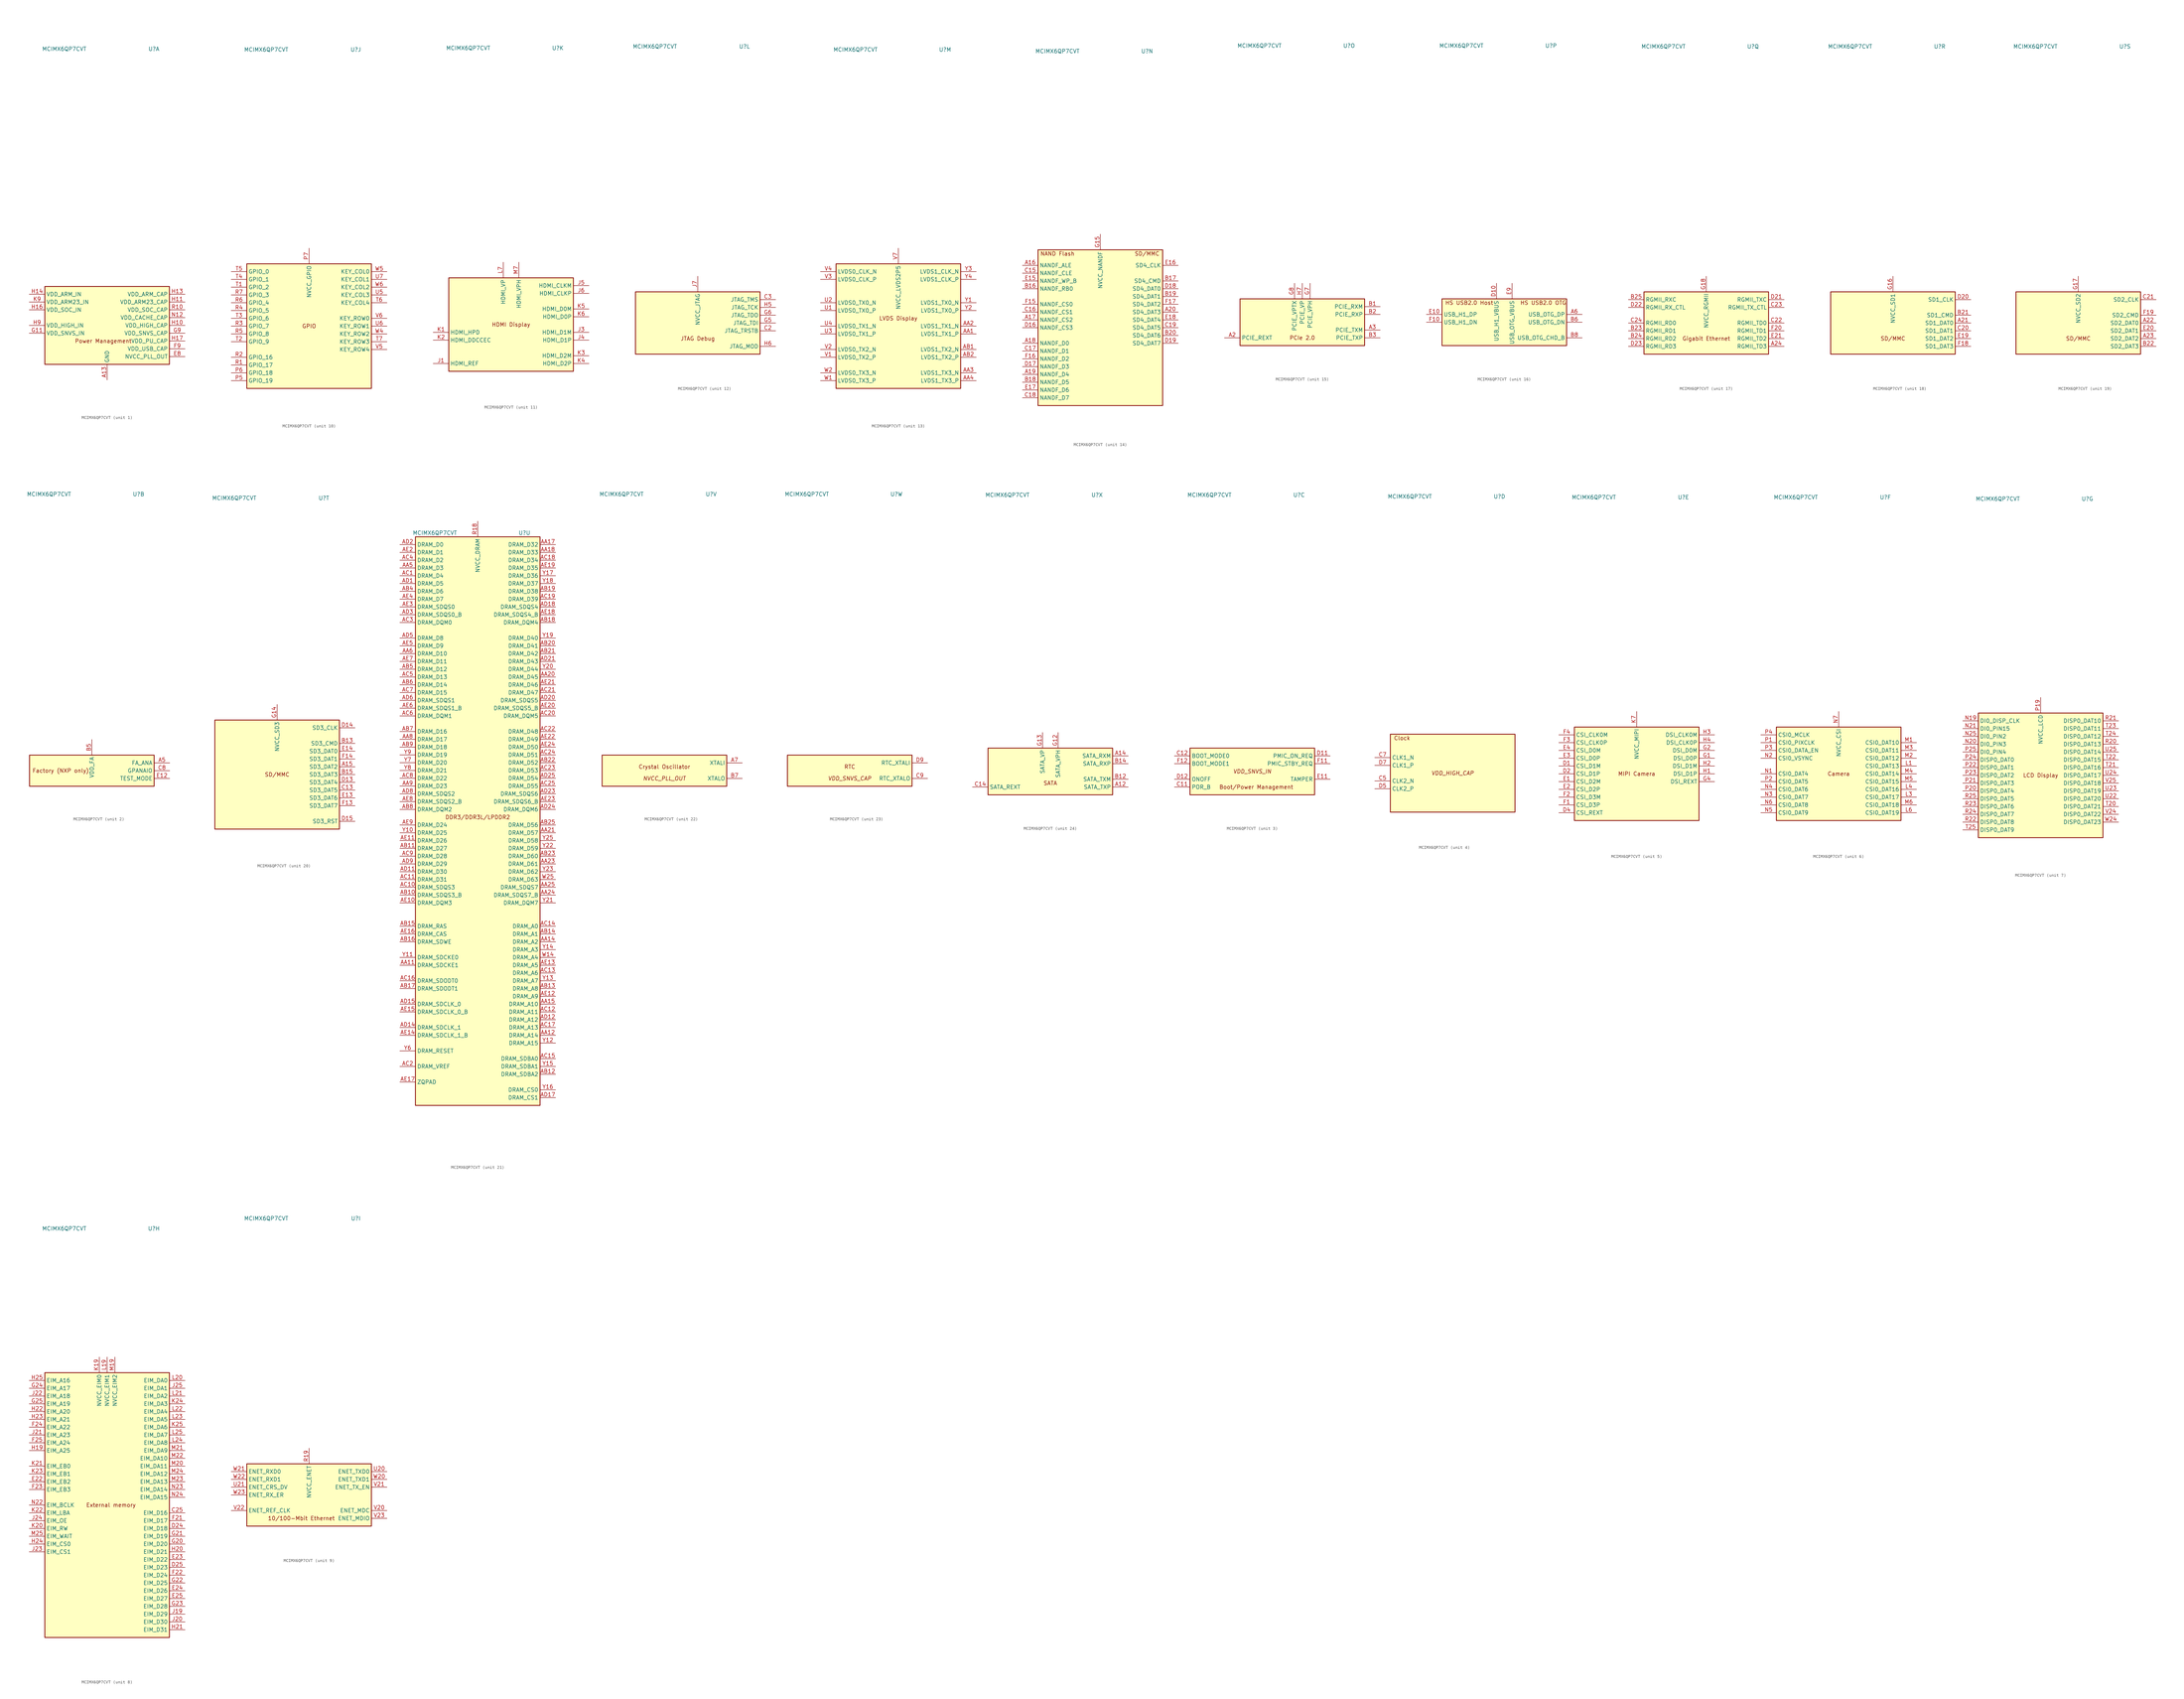
<source format=kicad_sym>
(kicad_symbol_lib
  (version 20201005)
  (generator kicad_symbol_editor)
  (symbol "MCIMX6QP7CVT"
    (property "Reference" "U"
      (at 15.24 90.17 0)
      (effects (font (size 1.27 1.27))))
    (property "Value" "MCIMX6QP7CVT"
      (at -13.97 90.17 0)
      (effects (font (size 1.27 1.27))))
    (property "ki_locked" ""
      (at 0 0 0)
      (effects (font (size 1.27 1.27))))
    (symbol "MCIMX6QP7CVT_1_0"
      (text "Power Management" (at -1.27 -5.08 0) (effects (font (size 1.27 1.27)))))
    (symbol "MCIMX6QP7CVT_1_1"
      (rectangle (start -20.32 12.7) (end 20.32 -12.7) (stroke (width 0.254)) (fill (type background)))
      (pin power_in line (at 0 -17.78 90) (length 5.08) (name "GND" (effects (font (size 1.27 1.27)))) (number "A13" (effects (font (size 1.27 1.27)))))
      (pin passive line (at 0 -17.78 90) (length 5.08) hide (name "GND" (effects (font (size 1.27 1.27)))) (number "A25" (effects (font (size 1.27 1.27)))))
      (pin passive line (at 0 -17.78 90) (length 5.08) hide (name "GND" (effects (font (size 1.27 1.27)))) (number "A4" (effects (font (size 1.27 1.27)))))
      (pin passive line (at 0 -17.78 90) (length 5.08) hide (name "GND" (effects (font (size 1.27 1.27)))) (number "A8" (effects (font (size 1.27 1.27)))))
      (pin passive line (at 0 -17.78 90) (length 5.08) hide (name "GND" (effects (font (size 1.27 1.27)))) (number "AA10" (effects (font (size 1.27 1.27)))))
      (pin passive line (at 0 -17.78 90) (length 5.08) hide (name "GND" (effects (font (size 1.27 1.27)))) (number "AA13" (effects (font (size 1.27 1.27)))))
      (pin passive line (at 0 -17.78 90) (length 5.08) hide (name "GND" (effects (font (size 1.27 1.27)))) (number "AA16" (effects (font (size 1.27 1.27)))))
      (pin passive line (at 0 -17.78 90) (length 5.08) hide (name "GND" (effects (font (size 1.27 1.27)))) (number "AA19" (effects (font (size 1.27 1.27)))))
      (pin passive line (at 0 -17.78 90) (length 5.08) hide (name "GND" (effects (font (size 1.27 1.27)))) (number "AA22" (effects (font (size 1.27 1.27)))))
      (pin passive line (at 0 -17.78 90) (length 5.08) hide (name "GND" (effects (font (size 1.27 1.27)))) (number "AA7" (effects (font (size 1.27 1.27)))))
      (pin passive line (at 0 -17.78 90) (length 5.08) hide (name "GND" (effects (font (size 1.27 1.27)))) (number "AB24" (effects (font (size 1.27 1.27)))))
      (pin passive line (at 0 -17.78 90) (length 5.08) hide (name "GND" (effects (font (size 1.27 1.27)))) (number "AB3" (effects (font (size 1.27 1.27)))))
      (pin passive line (at 0 -17.78 90) (length 5.08) hide (name "GND" (effects (font (size 1.27 1.27)))) (number "AD10" (effects (font (size 1.27 1.27)))))
      (pin passive line (at 0 -17.78 90) (length 5.08) hide (name "GND" (effects (font (size 1.27 1.27)))) (number "AD13" (effects (font (size 1.27 1.27)))))
      (pin passive line (at 0 -17.78 90) (length 5.08) hide (name "GND" (effects (font (size 1.27 1.27)))) (number "AD16" (effects (font (size 1.27 1.27)))))
      (pin passive line (at 0 -17.78 90) (length 5.08) hide (name "GND" (effects (font (size 1.27 1.27)))) (number "AD19" (effects (font (size 1.27 1.27)))))
      (pin passive line (at 0 -17.78 90) (length 5.08) hide (name "GND" (effects (font (size 1.27 1.27)))) (number "AD22" (effects (font (size 1.27 1.27)))))
      (pin passive line (at 0 -17.78 90) (length 5.08) hide (name "GND" (effects (font (size 1.27 1.27)))) (number "AD4" (effects (font (size 1.27 1.27)))))
      (pin passive line (at 0 -17.78 90) (length 5.08) hide (name "GND" (effects (font (size 1.27 1.27)))) (number "AD7" (effects (font (size 1.27 1.27)))))
      (pin passive line (at 0 -17.78 90) (length 5.08) hide (name "GND" (effects (font (size 1.27 1.27)))) (number "AE1" (effects (font (size 1.27 1.27)))))
      (pin passive line (at 0 -17.78 90) (length 5.08) hide (name "GND" (effects (font (size 1.27 1.27)))) (number "AE25" (effects (font (size 1.27 1.27)))))
      (pin passive line (at 0 -17.78 90) (length 5.08) hide (name "GND" (effects (font (size 1.27 1.27)))) (number "B4" (effects (font (size 1.27 1.27)))))
      (pin passive line (at 0 -17.78 90) (length 5.08) hide (name "GND" (effects (font (size 1.27 1.27)))) (number "C1" (effects (font (size 1.27 1.27)))))
      (pin passive line (at 0 -17.78 90) (length 5.08) hide (name "GND" (effects (font (size 1.27 1.27)))) (number "C10" (effects (font (size 1.27 1.27)))))
      (pin passive line (at 0 -17.78 90) (length 5.08) hide (name "GND" (effects (font (size 1.27 1.27)))) (number "C4" (effects (font (size 1.27 1.27)))))
      (pin passive line (at 0 -17.78 90) (length 5.08) hide (name "GND" (effects (font (size 1.27 1.27)))) (number "C6" (effects (font (size 1.27 1.27)))))
      (pin passive line (at 0 -17.78 90) (length 5.08) hide (name "GND" (effects (font (size 1.27 1.27)))) (number "D3" (effects (font (size 1.27 1.27)))))
      (pin passive line (at 0 -17.78 90) (length 5.08) hide (name "GND" (effects (font (size 1.27 1.27)))) (number "D6" (effects (font (size 1.27 1.27)))))
      (pin passive line (at 0 -17.78 90) (length 5.08) hide (name "GND" (effects (font (size 1.27 1.27)))) (number "D8" (effects (font (size 1.27 1.27)))))
      (pin passive line (at 0 -17.78 90) (length 5.08) hide (name "GND" (effects (font (size 1.27 1.27)))) (number "E5" (effects (font (size 1.27 1.27)))))
      (pin passive line (at 0 -17.78 90) (length 5.08) hide (name "GND" (effects (font (size 1.27 1.27)))) (number "E6" (effects (font (size 1.27 1.27)))))
      (pin passive line (at 0 -17.78 90) (length 5.08) hide (name "GND" (effects (font (size 1.27 1.27)))) (number "E7" (effects (font (size 1.27 1.27)))))
      (pin power_out line (at 25.4 -10.16 180) (length 5.08) (name "NVCC_PLL_OUT" (effects (font (size 1.27 1.27)))) (number "E8" (effects (font (size 1.27 1.27)))))
      (pin passive line (at 0 -17.78 90) (length 5.08) hide (name "GND" (effects (font (size 1.27 1.27)))) (number "F5" (effects (font (size 1.27 1.27)))))
      (pin passive line (at 0 -17.78 90) (length 5.08) hide (name "GND" (effects (font (size 1.27 1.27)))) (number "F6" (effects (font (size 1.27 1.27)))))
      (pin passive line (at 0 -17.78 90) (length 5.08) hide (name "GND" (effects (font (size 1.27 1.27)))) (number "F7" (effects (font (size 1.27 1.27)))))
      (pin passive line (at 0 -17.78 90) (length 5.08) hide (name "GND" (effects (font (size 1.27 1.27)))) (number "F8" (effects (font (size 1.27 1.27)))))
      (pin power_out line (at 25.4 -7.62 180) (length 5.08) (name "VDD_USB_CAP" (effects (font (size 1.27 1.27)))) (number "F9" (effects (font (size 1.27 1.27)))))
      (pin passive line (at 0 -17.78 90) (length 5.08) hide (name "GND" (effects (font (size 1.27 1.27)))) (number "G10" (effects (font (size 1.27 1.27)))))
      (pin power_in line (at -25.4 -2.54 0) (length 5.08) (name "VDD_SNVS_IN" (effects (font (size 1.27 1.27)))) (number "G11" (effects (font (size 1.27 1.27)))))
      (pin passive line (at 0 -17.78 90) (length 5.08) hide (name "GND" (effects (font (size 1.27 1.27)))) (number "G19" (effects (font (size 1.27 1.27)))))
      (pin passive line (at 0 -17.78 90) (length 5.08) hide (name "GND" (effects (font (size 1.27 1.27)))) (number "G3" (effects (font (size 1.27 1.27)))))
      (pin power_out line (at 25.4 -2.54 180) (length 5.08) (name "VDD_SNVS_CAP" (effects (font (size 1.27 1.27)))) (number "G9" (effects (font (size 1.27 1.27)))))
      (pin power_out line (at 25.4 0 180) (length 5.08) (name "VDD_HIGH_CAP" (effects (font (size 1.27 1.27)))) (number "H10" (effects (font (size 1.27 1.27)))))
      (pin power_out line (at 25.4 7.62 180) (length 5.08) (name "VDD_ARM23_CAP" (effects (font (size 1.27 1.27)))) (number "H11" (effects (font (size 1.27 1.27)))))
      (pin passive line (at 0 -17.78 90) (length 5.08) hide (name "GND" (effects (font (size 1.27 1.27)))) (number "H12" (effects (font (size 1.27 1.27)))))
      (pin power_out line (at 25.4 10.16 180) (length 5.08) (name "VDD_ARM_CAP" (effects (font (size 1.27 1.27)))) (number "H13" (effects (font (size 1.27 1.27)))))
      (pin power_in line (at -25.4 10.16 0) (length 5.08) (name "VDD_ARM_IN" (effects (font (size 1.27 1.27)))) (number "H14" (effects (font (size 1.27 1.27)))))
      (pin passive line (at 0 -17.78 90) (length 5.08) hide (name "GND" (effects (font (size 1.27 1.27)))) (number "H15" (effects (font (size 1.27 1.27)))))
      (pin power_in line (at -25.4 5.08 0) (length 5.08) (name "VDD_SOC_IN" (effects (font (size 1.27 1.27)))) (number "H16" (effects (font (size 1.27 1.27)))))
      (pin power_out line (at 25.4 -5.08 180) (length 5.08) (name "VDD_PU_CAP" (effects (font (size 1.27 1.27)))) (number "H17" (effects (font (size 1.27 1.27)))))
      (pin passive line (at 0 -17.78 90) (length 5.08) hide (name "GND" (effects (font (size 1.27 1.27)))) (number "H18" (effects (font (size 1.27 1.27)))))
      (pin passive line (at 0 -17.78 90) (length 5.08) hide (name "GND" (effects (font (size 1.27 1.27)))) (number "H8" (effects (font (size 1.27 1.27)))))
      (pin power_in line (at -25.4 0 0) (length 5.08) (name "VDD_HIGH_IN" (effects (font (size 1.27 1.27)))) (number "H9" (effects (font (size 1.27 1.27)))))
      (pin passive line (at 25.4 0 180) (length 5.08) hide (name "VDD_HIGH_CAP" (effects (font (size 1.27 1.27)))) (number "J10" (effects (font (size 1.27 1.27)))))
      (pin passive line (at 25.4 7.62 180) (length 5.08) hide (name "VDD_ARM23_CAP" (effects (font (size 1.27 1.27)))) (number "J11" (effects (font (size 1.27 1.27)))))
      (pin passive line (at 0 -17.78 90) (length 5.08) hide (name "GND" (effects (font (size 1.27 1.27)))) (number "J12" (effects (font (size 1.27 1.27)))))
      (pin passive line (at 25.4 10.16 180) (length 5.08) hide (name "VDD_ARM_CAP" (effects (font (size 1.27 1.27)))) (number "J13" (effects (font (size 1.27 1.27)))))
      (pin passive line (at -25.4 10.16 0) (length 5.08) hide (name "VDD_ARM_IN" (effects (font (size 1.27 1.27)))) (number "J14" (effects (font (size 1.27 1.27)))))
      (pin passive line (at 0 -17.78 90) (length 5.08) hide (name "GND" (effects (font (size 1.27 1.27)))) (number "J15" (effects (font (size 1.27 1.27)))))
      (pin passive line (at -25.4 5.08 0) (length 5.08) hide (name "VDD_SOC_IN" (effects (font (size 1.27 1.27)))) (number "J16" (effects (font (size 1.27 1.27)))))
      (pin passive line (at 25.4 -5.08 180) (length 5.08) hide (name "VDD_PU_CAP" (effects (font (size 1.27 1.27)))) (number "J17" (effects (font (size 1.27 1.27)))))
      (pin passive line (at 0 -17.78 90) (length 5.08) hide (name "GND" (effects (font (size 1.27 1.27)))) (number "J18" (effects (font (size 1.27 1.27)))))
      (pin passive line (at 0 -17.78 90) (length 5.08) hide (name "GND" (effects (font (size 1.27 1.27)))) (number "J2" (effects (font (size 1.27 1.27)))))
      (pin passive line (at 0 -17.78 90) (length 5.08) hide (name "GND" (effects (font (size 1.27 1.27)))) (number "J8" (effects (font (size 1.27 1.27)))))
      (pin passive line (at -25.4 0 0) (length 5.08) hide (name "VDD_HIGH_IN" (effects (font (size 1.27 1.27)))) (number "J9" (effects (font (size 1.27 1.27)))))
      (pin passive line (at 0 -17.78 90) (length 5.08) hide (name "GND" (effects (font (size 1.27 1.27)))) (number "K10" (effects (font (size 1.27 1.27)))))
      (pin passive line (at 25.4 7.62 180) (length 5.08) hide (name "VDD_ARM23_CAP" (effects (font (size 1.27 1.27)))) (number "K11" (effects (font (size 1.27 1.27)))))
      (pin passive line (at 0 -17.78 90) (length 5.08) hide (name "GND" (effects (font (size 1.27 1.27)))) (number "K12" (effects (font (size 1.27 1.27)))))
      (pin passive line (at 25.4 10.16 180) (length 5.08) hide (name "VDD_ARM_CAP" (effects (font (size 1.27 1.27)))) (number "K13" (effects (font (size 1.27 1.27)))))
      (pin passive line (at -25.4 10.16 0) (length 5.08) hide (name "VDD_ARM_IN" (effects (font (size 1.27 1.27)))) (number "K14" (effects (font (size 1.27 1.27)))))
      (pin passive line (at 0 -17.78 90) (length 5.08) hide (name "GND" (effects (font (size 1.27 1.27)))) (number "K15" (effects (font (size 1.27 1.27)))))
      (pin passive line (at -25.4 5.08 0) (length 5.08) hide (name "VDD_SOC_IN" (effects (font (size 1.27 1.27)))) (number "K16" (effects (font (size 1.27 1.27)))))
      (pin passive line (at 25.4 -5.08 180) (length 5.08) hide (name "VDD_PU_CAP" (effects (font (size 1.27 1.27)))) (number "K17" (effects (font (size 1.27 1.27)))))
      (pin passive line (at 0 -17.78 90) (length 5.08) hide (name "GND" (effects (font (size 1.27 1.27)))) (number "K18" (effects (font (size 1.27 1.27)))))
      (pin passive line (at 0 -17.78 90) (length 5.08) hide (name "GND" (effects (font (size 1.27 1.27)))) (number "K8" (effects (font (size 1.27 1.27)))))
      (pin power_in line (at -25.4 7.62 0) (length 5.08) (name "VDD_ARM23_IN" (effects (font (size 1.27 1.27)))) (number "K9" (effects (font (size 1.27 1.27)))))
      (pin passive line (at 0 -17.78 90) (length 5.08) hide (name "GND" (effects (font (size 1.27 1.27)))) (number "L10" (effects (font (size 1.27 1.27)))))
      (pin passive line (at 25.4 7.62 180) (length 5.08) hide (name "VDD_ARM23_CAP" (effects (font (size 1.27 1.27)))) (number "L11" (effects (font (size 1.27 1.27)))))
      (pin passive line (at 0 -17.78 90) (length 5.08) hide (name "GND" (effects (font (size 1.27 1.27)))) (number "L12" (effects (font (size 1.27 1.27)))))
      (pin passive line (at 25.4 10.16 180) (length 5.08) hide (name "VDD_ARM_CAP" (effects (font (size 1.27 1.27)))) (number "L13" (effects (font (size 1.27 1.27)))))
      (pin passive line (at -25.4 10.16 0) (length 5.08) hide (name "VDD_ARM_IN" (effects (font (size 1.27 1.27)))) (number "L14" (effects (font (size 1.27 1.27)))))
      (pin passive line (at 0 -17.78 90) (length 5.08) hide (name "GND" (effects (font (size 1.27 1.27)))) (number "L15" (effects (font (size 1.27 1.27)))))
      (pin passive line (at -25.4 5.08 0) (length 5.08) hide (name "VDD_SOC_IN" (effects (font (size 1.27 1.27)))) (number "L16" (effects (font (size 1.27 1.27)))))
      (pin passive line (at 25.4 -5.08 180) (length 5.08) hide (name "VDD_PU_CAP" (effects (font (size 1.27 1.27)))) (number "L17" (effects (font (size 1.27 1.27)))))
      (pin passive line (at 0 -17.78 90) (length 5.08) hide (name "GND" (effects (font (size 1.27 1.27)))) (number "L18" (effects (font (size 1.27 1.27)))))
      (pin passive line (at 0 -17.78 90) (length 5.08) hide (name "GND" (effects (font (size 1.27 1.27)))) (number "L2" (effects (font (size 1.27 1.27)))))
      (pin passive line (at 0 -17.78 90) (length 5.08) hide (name "GND" (effects (font (size 1.27 1.27)))) (number "L5" (effects (font (size 1.27 1.27)))))
      (pin passive line (at 0 -17.78 90) (length 5.08) hide (name "GND" (effects (font (size 1.27 1.27)))) (number "L8" (effects (font (size 1.27 1.27)))))
      (pin passive line (at -25.4 7.62 0) (length 5.08) hide (name "VDD_ARM23_IN" (effects (font (size 1.27 1.27)))) (number "L9" (effects (font (size 1.27 1.27)))))
      (pin passive line (at 0 -17.78 90) (length 5.08) hide (name "GND" (effects (font (size 1.27 1.27)))) (number "M10" (effects (font (size 1.27 1.27)))))
      (pin passive line (at 25.4 7.62 180) (length 5.08) hide (name "VDD_ARM23_CAP" (effects (font (size 1.27 1.27)))) (number "M11" (effects (font (size 1.27 1.27)))))
      (pin passive line (at 0 -17.78 90) (length 5.08) hide (name "GND" (effects (font (size 1.27 1.27)))) (number "M12" (effects (font (size 1.27 1.27)))))
      (pin passive line (at 25.4 10.16 180) (length 5.08) hide (name "VDD_ARM_CAP" (effects (font (size 1.27 1.27)))) (number "M13" (effects (font (size 1.27 1.27)))))
      (pin passive line (at -25.4 10.16 0) (length 5.08) hide (name "VDD_ARM_IN" (effects (font (size 1.27 1.27)))) (number "M14" (effects (font (size 1.27 1.27)))))
      (pin passive line (at 0 -17.78 90) (length 5.08) hide (name "GND" (effects (font (size 1.27 1.27)))) (number "M15" (effects (font (size 1.27 1.27)))))
      (pin passive line (at -25.4 5.08 0) (length 5.08) hide (name "VDD_SOC_IN" (effects (font (size 1.27 1.27)))) (number "M16" (effects (font (size 1.27 1.27)))))
      (pin passive line (at 25.4 -5.08 180) (length 5.08) hide (name "VDD_PU_CAP" (effects (font (size 1.27 1.27)))) (number "M17" (effects (font (size 1.27 1.27)))))
      (pin passive line (at 0 -17.78 90) (length 5.08) hide (name "GND" (effects (font (size 1.27 1.27)))) (number "M18" (effects (font (size 1.27 1.27)))))
      (pin passive line (at 0 -17.78 90) (length 5.08) hide (name "GND" (effects (font (size 1.27 1.27)))) (number "M8" (effects (font (size 1.27 1.27)))))
      (pin passive line (at -25.4 7.62 0) (length 5.08) hide (name "VDD_ARM23_IN" (effects (font (size 1.27 1.27)))) (number "M9" (effects (font (size 1.27 1.27)))))
      (pin passive line (at 0 -17.78 90) (length 5.08) hide (name "GND" (effects (font (size 1.27 1.27)))) (number "N10" (effects (font (size 1.27 1.27)))))
      (pin passive line (at 25.4 7.62 180) (length 5.08) hide (name "VDD_ARM23_CAP" (effects (font (size 1.27 1.27)))) (number "N11" (effects (font (size 1.27 1.27)))))
      (pin power_in line (at 25.4 2.54 180) (length 5.08) (name "VDD_CACHE_CAP" (effects (font (size 1.27 1.27)))) (number "N12" (effects (font (size 1.27 1.27)))))
      (pin passive line (at 25.4 10.16 180) (length 5.08) hide (name "VDD_ARM_CAP" (effects (font (size 1.27 1.27)))) (number "N13" (effects (font (size 1.27 1.27)))))
      (pin passive line (at -25.4 10.16 0) (length 5.08) hide (name "VDD_ARM_IN" (effects (font (size 1.27 1.27)))) (number "N14" (effects (font (size 1.27 1.27)))))
      (pin passive line (at 0 -17.78 90) (length 5.08) hide (name "GND" (effects (font (size 1.27 1.27)))) (number "N15" (effects (font (size 1.27 1.27)))))
      (pin passive line (at -25.4 5.08 0) (length 5.08) hide (name "VDD_SOC_IN" (effects (font (size 1.27 1.27)))) (number "N16" (effects (font (size 1.27 1.27)))))
      (pin passive line (at 25.4 -5.08 180) (length 5.08) hide (name "VDD_PU_CAP" (effects (font (size 1.27 1.27)))) (number "N17" (effects (font (size 1.27 1.27)))))
      (pin passive line (at 0 -17.78 90) (length 5.08) hide (name "GND" (effects (font (size 1.27 1.27)))) (number "N18" (effects (font (size 1.27 1.27)))))
      (pin passive line (at 0 -17.78 90) (length 5.08) hide (name "GND" (effects (font (size 1.27 1.27)))) (number "N8" (effects (font (size 1.27 1.27)))))
      (pin passive line (at -25.4 7.62 0) (length 5.08) hide (name "VDD_ARM23_IN" (effects (font (size 1.27 1.27)))) (number "N9" (effects (font (size 1.27 1.27)))))
      (pin passive line (at 0 -17.78 90) (length 5.08) hide (name "GND" (effects (font (size 1.27 1.27)))) (number "P10" (effects (font (size 1.27 1.27)))))
      (pin passive line (at 25.4 7.62 180) (length 5.08) hide (name "VDD_ARM23_CAP" (effects (font (size 1.27 1.27)))) (number "P11" (effects (font (size 1.27 1.27)))))
      (pin passive line (at 0 -17.78 90) (length 5.08) hide (name "GND" (effects (font (size 1.27 1.27)))) (number "P12" (effects (font (size 1.27 1.27)))))
      (pin passive line (at 25.4 10.16 180) (length 5.08) hide (name "VDD_ARM_CAP" (effects (font (size 1.27 1.27)))) (number "P13" (effects (font (size 1.27 1.27)))))
      (pin passive line (at -25.4 10.16 0) (length 5.08) hide (name "VDD_ARM_IN" (effects (font (size 1.27 1.27)))) (number "P14" (effects (font (size 1.27 1.27)))))
      (pin passive line (at 0 -17.78 90) (length 5.08) hide (name "GND" (effects (font (size 1.27 1.27)))) (number "P15" (effects (font (size 1.27 1.27)))))
      (pin passive line (at -25.4 5.08 0) (length 5.08) hide (name "VDD_SOC_IN" (effects (font (size 1.27 1.27)))) (number "P16" (effects (font (size 1.27 1.27)))))
      (pin passive line (at 25.4 -5.08 180) (length 5.08) hide (name "VDD_PU_CAP" (effects (font (size 1.27 1.27)))) (number "P17" (effects (font (size 1.27 1.27)))))
      (pin passive line (at 0 -17.78 90) (length 5.08) hide (name "GND" (effects (font (size 1.27 1.27)))) (number "P18" (effects (font (size 1.27 1.27)))))
      (pin passive line (at 0 -17.78 90) (length 5.08) hide (name "GND" (effects (font (size 1.27 1.27)))) (number "P8" (effects (font (size 1.27 1.27)))))
      (pin passive line (at -25.4 7.62 0) (length 5.08) hide (name "VDD_ARM23_IN" (effects (font (size 1.27 1.27)))) (number "P9" (effects (font (size 1.27 1.27)))))
      (pin power_out line (at 25.4 5.08 180) (length 5.08) (name "VDD_SOC_CAP" (effects (font (size 1.27 1.27)))) (number "R10" (effects (font (size 1.27 1.27)))))
      (pin passive line (at 25.4 7.62 180) (length 5.08) hide (name "VDD_ARM23_CAP" (effects (font (size 1.27 1.27)))) (number "R11" (effects (font (size 1.27 1.27)))))
      (pin passive line (at 0 -17.78 90) (length 5.08) hide (name "GND" (effects (font (size 1.27 1.27)))) (number "R12" (effects (font (size 1.27 1.27)))))
      (pin passive line (at 25.4 10.16 180) (length 5.08) hide (name "VDD_ARM_CAP" (effects (font (size 1.27 1.27)))) (number "R13" (effects (font (size 1.27 1.27)))))
      (pin passive line (at -25.4 10.16 0) (length 5.08) hide (name "VDD_ARM_IN" (effects (font (size 1.27 1.27)))) (number "R14" (effects (font (size 1.27 1.27)))))
      (pin passive line (at 0 -17.78 90) (length 5.08) hide (name "GND" (effects (font (size 1.27 1.27)))) (number "R15" (effects (font (size 1.27 1.27)))))
      (pin passive line (at -25.4 5.08 0) (length 5.08) hide (name "VDD_SOC_IN" (effects (font (size 1.27 1.27)))) (number "R16" (effects (font (size 1.27 1.27)))))
      (pin passive line (at 0 -17.78 90) (length 5.08) hide (name "GND" (effects (font (size 1.27 1.27)))) (number "R17" (effects (font (size 1.27 1.27)))))
      (pin passive line (at 0 -17.78 90) (length 5.08) hide (name "GND" (effects (font (size 1.27 1.27)))) (number "R8" (effects (font (size 1.27 1.27)))))
      (pin passive line (at -25.4 7.62 0) (length 5.08) hide (name "VDD_ARM23_IN" (effects (font (size 1.27 1.27)))) (number "R9" (effects (font (size 1.27 1.27)))))
      (pin passive line (at 25.4 5.08 180) (length 5.08) hide (name "VDD_SOC_CAP" (effects (font (size 1.27 1.27)))) (number "T10" (effects (font (size 1.27 1.27)))))
      (pin passive line (at 0 -17.78 90) (length 5.08) hide (name "GND" (effects (font (size 1.27 1.27)))) (number "T11" (effects (font (size 1.27 1.27)))))
      (pin passive line (at 0 -17.78 90) (length 5.08) hide (name "GND" (effects (font (size 1.27 1.27)))) (number "T12" (effects (font (size 1.27 1.27)))))
      (pin passive line (at 25.4 5.08 180) (length 5.08) hide (name "VDD_SOC_CAP" (effects (font (size 1.27 1.27)))) (number "T13" (effects (font (size 1.27 1.27)))))
      (pin passive line (at 25.4 5.08 180) (length 5.08) hide (name "VDD_SOC_CAP" (effects (font (size 1.27 1.27)))) (number "T14" (effects (font (size 1.27 1.27)))))
      (pin passive line (at 0 -17.78 90) (length 5.08) hide (name "GND" (effects (font (size 1.27 1.27)))) (number "T15" (effects (font (size 1.27 1.27)))))
      (pin passive line (at -25.4 5.08 0) (length 5.08) hide (name "VDD_SOC_IN" (effects (font (size 1.27 1.27)))) (number "T16" (effects (font (size 1.27 1.27)))))
      (pin passive line (at 0 -17.78 90) (length 5.08) hide (name "GND" (effects (font (size 1.27 1.27)))) (number "T17" (effects (font (size 1.27 1.27)))))
      (pin passive line (at 0 -17.78 90) (length 5.08) hide (name "GND" (effects (font (size 1.27 1.27)))) (number "T19" (effects (font (size 1.27 1.27)))))
      (pin passive line (at 0 -17.78 90) (length 5.08) hide (name "GND" (effects (font (size 1.27 1.27)))) (number "T8" (effects (font (size 1.27 1.27)))))
      (pin passive line (at -25.4 7.62 0) (length 5.08) hide (name "VDD_ARM23_IN" (effects (font (size 1.27 1.27)))) (number "T9" (effects (font (size 1.27 1.27)))))
      (pin passive line (at 25.4 5.08 180) (length 5.08) hide (name "VDD_SOC_CAP" (effects (font (size 1.27 1.27)))) (number "U10" (effects (font (size 1.27 1.27)))))
      (pin passive line (at 0 -17.78 90) (length 5.08) hide (name "GND" (effects (font (size 1.27 1.27)))) (number "U11" (effects (font (size 1.27 1.27)))))
      (pin passive line (at 0 -17.78 90) (length 5.08) hide (name "GND" (effects (font (size 1.27 1.27)))) (number "U12" (effects (font (size 1.27 1.27)))))
      (pin passive line (at 25.4 5.08 180) (length 5.08) hide (name "VDD_SOC_CAP" (effects (font (size 1.27 1.27)))) (number "U13" (effects (font (size 1.27 1.27)))))
      (pin passive line (at 25.4 5.08 180) (length 5.08) hide (name "VDD_SOC_CAP" (effects (font (size 1.27 1.27)))) (number "U14" (effects (font (size 1.27 1.27)))))
      (pin passive line (at 0 -17.78 90) (length 5.08) hide (name "GND" (effects (font (size 1.27 1.27)))) (number "U15" (effects (font (size 1.27 1.27)))))
      (pin passive line (at -25.4 5.08 0) (length 5.08) hide (name "VDD_SOC_IN" (effects (font (size 1.27 1.27)))) (number "U16" (effects (font (size 1.27 1.27)))))
      (pin passive line (at 0 -17.78 90) (length 5.08) hide (name "GND" (effects (font (size 1.27 1.27)))) (number "U17" (effects (font (size 1.27 1.27)))))
      (pin passive line (at 0 -17.78 90) (length 5.08) hide (name "GND" (effects (font (size 1.27 1.27)))) (number "U19" (effects (font (size 1.27 1.27)))))
      (pin passive line (at 0 -17.78 90) (length 5.08) hide (name "GND" (effects (font (size 1.27 1.27)))) (number "U8" (effects (font (size 1.27 1.27)))))
      (pin passive line (at -25.4 7.62 0) (length 5.08) hide (name "VDD_ARM23_IN" (effects (font (size 1.27 1.27)))) (number "U9" (effects (font (size 1.27 1.27)))))
      (pin passive line (at 0 -17.78 90) (length 5.08) hide (name "GND" (effects (font (size 1.27 1.27)))) (number "V19" (effects (font (size 1.27 1.27)))))
      (pin passive line (at 0 -17.78 90) (length 5.08) hide (name "GND" (effects (font (size 1.27 1.27)))) (number "V8" (effects (font (size 1.27 1.27)))))
      (pin passive line (at 0 -17.78 90) (length 5.08) hide (name "GND" (effects (font (size 1.27 1.27)))) (number "W10" (effects (font (size 1.27 1.27)))))
      (pin passive line (at 0 -17.78 90) (length 5.08) hide (name "GND" (effects (font (size 1.27 1.27)))) (number "W11" (effects (font (size 1.27 1.27)))))
      (pin passive line (at 0 -17.78 90) (length 5.08) hide (name "GND" (effects (font (size 1.27 1.27)))) (number "W12" (effects (font (size 1.27 1.27)))))
      (pin passive line (at 0 -17.78 90) (length 5.08) hide (name "GND" (effects (font (size 1.27 1.27)))) (number "W13" (effects (font (size 1.27 1.27)))))
      (pin passive line (at 0 -17.78 90) (length 5.08) hide (name "GND" (effects (font (size 1.27 1.27)))) (number "W15" (effects (font (size 1.27 1.27)))))
      (pin passive line (at 0 -17.78 90) (length 5.08) hide (name "GND" (effects (font (size 1.27 1.27)))) (number "W16" (effects (font (size 1.27 1.27)))))
      (pin passive line (at 0 -17.78 90) (length 5.08) hide (name "GND" (effects (font (size 1.27 1.27)))) (number "W17" (effects (font (size 1.27 1.27)))))
      (pin passive line (at 0 -17.78 90) (length 5.08) hide (name "GND" (effects (font (size 1.27 1.27)))) (number "W18" (effects (font (size 1.27 1.27)))))
      (pin passive line (at 0 -17.78 90) (length 5.08) hide (name "GND" (effects (font (size 1.27 1.27)))) (number "W19" (effects (font (size 1.27 1.27)))))
      (pin passive line (at 0 -17.78 90) (length 5.08) hide (name "GND" (effects (font (size 1.27 1.27)))) (number "W3" (effects (font (size 1.27 1.27)))))
      (pin passive line (at 0 -17.78 90) (length 5.08) hide (name "GND" (effects (font (size 1.27 1.27)))) (number "W7" (effects (font (size 1.27 1.27)))))
      (pin passive line (at 0 -17.78 90) (length 5.08) hide (name "GND" (effects (font (size 1.27 1.27)))) (number "W8" (effects (font (size 1.27 1.27)))))
      (pin passive line (at 0 -17.78 90) (length 5.08) hide (name "GND" (effects (font (size 1.27 1.27)))) (number "W9" (effects (font (size 1.27 1.27)))))
      (pin passive line (at 0 -17.78 90) (length 5.08) hide (name "GND" (effects (font (size 1.27 1.27)))) (number "Y24" (effects (font (size 1.27 1.27)))))
      (pin passive line (at 0 -17.78 90) (length 5.08) hide (name "GND" (effects (font (size 1.27 1.27)))) (number "Y5" (effects (font (size 1.27 1.27))))))
    (symbol "MCIMX6QP7CVT_2_0"
      (text "Factory (NXP only)" (at -10.16 0 0) (effects (font (size 1.27 1.27)))))
    (symbol "MCIMX6QP7CVT_2_1"
      (rectangle (start -20.32 5.08) (end 20.32 -5.08) (stroke (width 0.254)) (fill (type background)))
      (pin passive line (at 25.4 2.54 180) (length 5.08) (name "FA_ANA" (effects (font (size 1.27 1.27)))) (number "A5" (effects (font (size 1.27 1.27)))))
      (pin passive line (at 0 10.16 270) (length 5.08) (name "VDD_FA" (effects (font (size 1.27 1.27)))) (number "B5" (effects (font (size 1.27 1.27)))))
      (pin passive line (at 25.4 0 180) (length 5.08) (name "GPANAIO" (effects (font (size 1.27 1.27)))) (number "C8" (effects (font (size 1.27 1.27)))))
      (pin passive line (at 25.4 -2.54 180) (length 5.08) (name "TEST_MODE" (effects (font (size 1.27 1.27)))) (number "E12" (effects (font (size 1.27 1.27))))))
    (symbol "MCIMX6QP7CVT_3_0"
      (text "Boot/Power Management" (at 1.27 -5.08 0) (effects (font (size 1.27 1.27)))))
    (symbol "MCIMX6QP7CVT_3_1"
      (text "VDD_SNVS_IN" (at 0 0 0) (effects (font (size 1.27 1.27) italic)))
      (rectangle (start -20.32 7.62) (end 20.32 -7.62) (stroke (width 0.254)) (fill (type background)))
      (pin input line (at -25.4 -5.08 0) (length 5.08) (name "POR_B" (effects (font (size 1.27 1.27)))) (number "C11" (effects (font (size 1.27 1.27)))))
      (pin input line (at -25.4 5.08 0) (length 5.08) (name "BOOT_MODE0" (effects (font (size 1.27 1.27)))) (number "C12" (effects (font (size 1.27 1.27)))))
      (pin output line (at 25.4 5.08 180) (length 5.08) (name "PMIC_ON_REQ" (effects (font (size 1.27 1.27)))) (number "D11" (effects (font (size 1.27 1.27)))))
      (pin input line (at -25.4 -2.54 0) (length 5.08) (name "ONOFF" (effects (font (size 1.27 1.27)))) (number "D12" (effects (font (size 1.27 1.27)))))
      (pin input line (at 25.4 -2.54 180) (length 5.08) (name "TAMPER" (effects (font (size 1.27 1.27)))) (number "E11" (effects (font (size 1.27 1.27)))))
      (pin output line (at 25.4 2.54 180) (length 5.08) (name "PMIC_STBY_REQ" (effects (font (size 1.27 1.27)))) (number "F11" (effects (font (size 1.27 1.27)))))
      (pin input line (at -25.4 2.54 0) (length 5.08) (name "BOOT_MODE1" (effects (font (size 1.27 1.27)))) (number "F12" (effects (font (size 1.27 1.27))))))
    (symbol "MCIMX6QP7CVT_4_0"
      (text "Clock" (at -16.51 11.43 0) (effects (font (size 1.27 1.27)))))
    (symbol "MCIMX6QP7CVT_4_1"
      (text "VDD_HIGH_CAP" (at 0 0 0) (effects (font (size 1.27 1.27) italic)))
      (rectangle (start -20.32 12.7) (end 20.32 -12.7) (stroke (width 0.254)) (fill (type background)))
      (pin no_connect line (at 17.78 -2.54 180) (length 5.08) hide (name "NC" (effects (font (size 1.27 1.27)))) (number "A10" (effects (font (size 1.27 1.27)))))
      (pin no_connect line (at 17.78 7.62 180) (length 5.08) hide (name "NC" (effects (font (size 1.27 1.27)))) (number "A11" (effects (font (size 1.27 1.27)))))
      (pin no_connect line (at 17.78 -7.62 180) (length 5.08) hide (name "NC" (effects (font (size 1.27 1.27)))) (number "A9" (effects (font (size 1.27 1.27)))))
      (pin no_connect line (at 17.78 0 180) (length 5.08) hide (name "NC" (effects (font (size 1.27 1.27)))) (number "B10" (effects (font (size 1.27 1.27)))))
      (pin no_connect line (at 17.78 5.08 180) (length 5.08) hide (name "NC" (effects (font (size 1.27 1.27)))) (number "B11" (effects (font (size 1.27 1.27)))))
      (pin no_connect line (at 17.78 -10.16 180) (length 5.08) hide (name "NC" (effects (font (size 1.27 1.27)))) (number "B9" (effects (font (size 1.27 1.27)))))
      (pin bidirectional line (at -25.4 -2.54 0) (length 5.08) (name "CLK2_N" (effects (font (size 1.27 1.27)))) (number "C5" (effects (font (size 1.27 1.27)))))
      (pin bidirectional line (at -25.4 5.08 0) (length 5.08) (name "CLK1_N" (effects (font (size 1.27 1.27)))) (number "C7" (effects (font (size 1.27 1.27)))))
      (pin bidirectional line (at -25.4 -5.08 0) (length 5.08) (name "CLK2_P" (effects (font (size 1.27 1.27)))) (number "D5" (effects (font (size 1.27 1.27)))))
      (pin bidirectional line (at -25.4 2.54 0) (length 5.08) (name "CLK1_P" (effects (font (size 1.27 1.27)))) (number "D7" (effects (font (size 1.27 1.27))))))
    (symbol "MCIMX6QP7CVT_5_0"
      (text "MIPI Camera" (at 0 0 0) (effects (font (size 1.27 1.27)))))
    (symbol "MCIMX6QP7CVT_5_1"
      (rectangle (start -20.32 15.24) (end 20.32 -15.24) (stroke (width 0.254)) (fill (type background)))
      (pin input line (at -25.4 2.54 0) (length 5.08) (name "CSI_D1M" (effects (font (size 1.27 1.27)))) (number "D1" (effects (font (size 1.27 1.27)))))
      (pin input line (at -25.4 0 0) (length 5.08) (name "CSI_D1P" (effects (font (size 1.27 1.27)))) (number "D2" (effects (font (size 1.27 1.27)))))
      (pin passive line (at -25.4 -12.7 0) (length 5.08) (name "CSI_REXT" (effects (font (size 1.27 1.27)))) (number "D4" (effects (font (size 1.27 1.27)))))
      (pin input line (at -25.4 -2.54 0) (length 5.08) (name "CSI_D2M" (effects (font (size 1.27 1.27)))) (number "E1" (effects (font (size 1.27 1.27)))))
      (pin input line (at -25.4 -5.08 0) (length 5.08) (name "CSI_D2P" (effects (font (size 1.27 1.27)))) (number "E2" (effects (font (size 1.27 1.27)))))
      (pin input line (at -25.4 5.08 0) (length 5.08) (name "CSI_D0P" (effects (font (size 1.27 1.27)))) (number "E3" (effects (font (size 1.27 1.27)))))
      (pin input line (at -25.4 7.62 0) (length 5.08) (name "CSI_D0M" (effects (font (size 1.27 1.27)))) (number "E4" (effects (font (size 1.27 1.27)))))
      (pin input line (at -25.4 -10.16 0) (length 5.08) (name "CSI_D3P" (effects (font (size 1.27 1.27)))) (number "F1" (effects (font (size 1.27 1.27)))))
      (pin input line (at -25.4 -7.62 0) (length 5.08) (name "CSI_D3M" (effects (font (size 1.27 1.27)))) (number "F2" (effects (font (size 1.27 1.27)))))
      (pin input line (at -25.4 10.16 0) (length 5.08) (name "CSI_CLK0P" (effects (font (size 1.27 1.27)))) (number "F3" (effects (font (size 1.27 1.27)))))
      (pin input line (at -25.4 12.7 0) (length 5.08) (name "CSI_CLK0M" (effects (font (size 1.27 1.27)))) (number "F4" (effects (font (size 1.27 1.27)))))
      (pin output line (at 25.4 5.08 180) (length 5.08) (name "DSI_D0P" (effects (font (size 1.27 1.27)))) (number "G1" (effects (font (size 1.27 1.27)))))
      (pin output line (at 25.4 7.62 180) (length 5.08) (name "DSI_D0M" (effects (font (size 1.27 1.27)))) (number "G2" (effects (font (size 1.27 1.27)))))
      (pin passive line (at 25.4 -2.54 180) (length 5.08) (name "DSI_REXT" (effects (font (size 1.27 1.27)))) (number "G4" (effects (font (size 1.27 1.27)))))
      (pin output line (at 25.4 0 180) (length 5.08) (name "DSI_D1P" (effects (font (size 1.27 1.27)))) (number "H1" (effects (font (size 1.27 1.27)))))
      (pin output line (at 25.4 2.54 180) (length 5.08) (name "DSI_D1M" (effects (font (size 1.27 1.27)))) (number "H2" (effects (font (size 1.27 1.27)))))
      (pin output line (at 25.4 12.7 180) (length 5.08) (name "DSI_CLK0M" (effects (font (size 1.27 1.27)))) (number "H3" (effects (font (size 1.27 1.27)))))
      (pin output line (at 25.4 10.16 180) (length 5.08) (name "DSI_CLK0P" (effects (font (size 1.27 1.27)))) (number "H4" (effects (font (size 1.27 1.27)))))
      (pin power_in line (at 0 20.32 270) (length 5.08) (name "NVCC_MIPI" (effects (font (size 1.27 1.27)))) (number "K7" (effects (font (size 1.27 1.27))))))
    (symbol "MCIMX6QP7CVT_6_0"
      (text "Camera" (at 0 0 0) (effects (font (size 1.27 1.27)))))
    (symbol "MCIMX6QP7CVT_6_1"
      (rectangle (start -20.32 15.24) (end 20.32 -15.24) (stroke (width 0.254)) (fill (type background)))
      (pin bidirectional line (at 25.4 2.54 180) (length 5.08) (name "CSI0_DAT13" (effects (font (size 1.27 1.27)))) (number "L1" (effects (font (size 1.27 1.27)))))
      (pin bidirectional line (at 25.4 -7.62 180) (length 5.08) (name "CSI0_DAT17" (effects (font (size 1.27 1.27)))) (number "L3" (effects (font (size 1.27 1.27)))))
      (pin bidirectional line (at 25.4 -5.08 180) (length 5.08) (name "CSI0_DAT16" (effects (font (size 1.27 1.27)))) (number "L4" (effects (font (size 1.27 1.27)))))
      (pin bidirectional line (at 25.4 -12.7 180) (length 5.08) (name "CSI0_DAT19" (effects (font (size 1.27 1.27)))) (number "L6" (effects (font (size 1.27 1.27)))))
      (pin bidirectional line (at 25.4 10.16 180) (length 5.08) (name "CSI0_DAT10" (effects (font (size 1.27 1.27)))) (number "M1" (effects (font (size 1.27 1.27)))))
      (pin bidirectional line (at 25.4 5.08 180) (length 5.08) (name "CSI0_DAT12" (effects (font (size 1.27 1.27)))) (number "M2" (effects (font (size 1.27 1.27)))))
      (pin bidirectional line (at 25.4 7.62 180) (length 5.08) (name "CSI0_DAT11" (effects (font (size 1.27 1.27)))) (number "M3" (effects (font (size 1.27 1.27)))))
      (pin bidirectional line (at 25.4 0 180) (length 5.08) (name "CSI0_DAT14" (effects (font (size 1.27 1.27)))) (number "M4" (effects (font (size 1.27 1.27)))))
      (pin bidirectional line (at 25.4 -2.54 180) (length 5.08) (name "CSI0_DAT15" (effects (font (size 1.27 1.27)))) (number "M5" (effects (font (size 1.27 1.27)))))
      (pin bidirectional line (at 25.4 -10.16 180) (length 5.08) (name "CSI0_DAT18" (effects (font (size 1.27 1.27)))) (number "M6" (effects (font (size 1.27 1.27)))))
      (pin bidirectional line (at -25.4 0 0) (length 5.08) (name "CSI0_DAT4" (effects (font (size 1.27 1.27)))) (number "N1" (effects (font (size 1.27 1.27)))))
      (pin bidirectional line (at -25.4 5.08 0) (length 5.08) (name "CSI0_VSYNC" (effects (font (size 1.27 1.27)))) (number "N2" (effects (font (size 1.27 1.27)))))
      (pin bidirectional line (at -25.4 -7.62 0) (length 5.08) (name "CSI0_DAT7" (effects (font (size 1.27 1.27)))) (number "N3" (effects (font (size 1.27 1.27)))))
      (pin bidirectional line (at -25.4 -5.08 0) (length 5.08) (name "CSI0_DAT6" (effects (font (size 1.27 1.27)))) (number "N4" (effects (font (size 1.27 1.27)))))
      (pin bidirectional line (at -25.4 -12.7 0) (length 5.08) (name "CSI0_DAT9" (effects (font (size 1.27 1.27)))) (number "N5" (effects (font (size 1.27 1.27)))))
      (pin bidirectional line (at -25.4 -10.16 0) (length 5.08) (name "CSI0_DAT8" (effects (font (size 1.27 1.27)))) (number "N6" (effects (font (size 1.27 1.27)))))
      (pin power_in line (at 0 20.32 270) (length 5.08) (name "NVCC_CSI" (effects (font (size 1.27 1.27)))) (number "N7" (effects (font (size 1.27 1.27)))))
      (pin bidirectional line (at -25.4 10.16 0) (length 5.08) (name "CSI0_PIXCLK" (effects (font (size 1.27 1.27)))) (number "P1" (effects (font (size 1.27 1.27)))))
      (pin bidirectional line (at -25.4 -2.54 0) (length 5.08) (name "CSI0_DAT5" (effects (font (size 1.27 1.27)))) (number "P2" (effects (font (size 1.27 1.27)))))
      (pin bidirectional line (at -25.4 7.62 0) (length 5.08) (name "CSI0_DATA_EN" (effects (font (size 1.27 1.27)))) (number "P3" (effects (font (size 1.27 1.27)))))
      (pin bidirectional line (at -25.4 12.7 0) (length 5.08) (name "CSI0_MCLK" (effects (font (size 1.27 1.27)))) (number "P4" (effects (font (size 1.27 1.27))))))
    (symbol "MCIMX6QP7CVT_7_0"
      (text "LCD Display" (at 0 0 0) (effects (font (size 1.27 1.27)))))
    (symbol "MCIMX6QP7CVT_7_1"
      (rectangle (start -20.32 20.32) (end 20.32 -20.32) (stroke (width 0.254)) (fill (type background)))
      (pin bidirectional line (at -25.4 17.78 0) (length 5.08) (name "DI0_DISP_CLK" (effects (font (size 1.27 1.27)))) (number "N19" (effects (font (size 1.27 1.27)))))
      (pin bidirectional line (at -25.4 10.16 0) (length 5.08) (name "DI0_PIN3" (effects (font (size 1.27 1.27)))) (number "N20" (effects (font (size 1.27 1.27)))))
      (pin bidirectional line (at -25.4 15.24 0) (length 5.08) (name "DI0_PIN15" (effects (font (size 1.27 1.27)))) (number "N21" (effects (font (size 1.27 1.27)))))
      (pin bidirectional line (at -25.4 12.7 0) (length 5.08) (name "DI0_PIN2" (effects (font (size 1.27 1.27)))) (number "N25" (effects (font (size 1.27 1.27)))))
      (pin power_in line (at 0 25.4 270) (length 5.08) (name "NVCC_LCD" (effects (font (size 1.27 1.27)))) (number "P19" (effects (font (size 1.27 1.27)))))
      (pin bidirectional line (at -25.4 -5.08 0) (length 5.08) (name "DISP0_DAT4" (effects (font (size 1.27 1.27)))) (number "P20" (effects (font (size 1.27 1.27)))))
      (pin bidirectional line (at -25.4 -2.54 0) (length 5.08) (name "DISP0_DAT3" (effects (font (size 1.27 1.27)))) (number "P21" (effects (font (size 1.27 1.27)))))
      (pin bidirectional line (at -25.4 2.54 0) (length 5.08) (name "DISP0_DAT1" (effects (font (size 1.27 1.27)))) (number "P22" (effects (font (size 1.27 1.27)))))
      (pin bidirectional line (at -25.4 0 0) (length 5.08) (name "DISP0_DAT2" (effects (font (size 1.27 1.27)))) (number "P23" (effects (font (size 1.27 1.27)))))
      (pin bidirectional line (at -25.4 5.08 0) (length 5.08) (name "DISP0_DAT0" (effects (font (size 1.27 1.27)))) (number "P24" (effects (font (size 1.27 1.27)))))
      (pin bidirectional line (at -25.4 7.62 0) (length 5.08) (name "DI0_PIN4" (effects (font (size 1.27 1.27)))) (number "P25" (effects (font (size 1.27 1.27)))))
      (pin bidirectional line (at 25.4 10.16 180) (length 5.08) (name "DISP0_DAT13" (effects (font (size 1.27 1.27)))) (number "R20" (effects (font (size 1.27 1.27)))))
      (pin bidirectional line (at 25.4 17.78 180) (length 5.08) (name "DISP0_DAT10" (effects (font (size 1.27 1.27)))) (number "R21" (effects (font (size 1.27 1.27)))))
      (pin bidirectional line (at -25.4 -15.24 0) (length 5.08) (name "DISP0_DAT8" (effects (font (size 1.27 1.27)))) (number "R22" (effects (font (size 1.27 1.27)))))
      (pin bidirectional line (at -25.4 -10.16 0) (length 5.08) (name "DISP0_DAT6" (effects (font (size 1.27 1.27)))) (number "R23" (effects (font (size 1.27 1.27)))))
      (pin bidirectional line (at -25.4 -12.7 0) (length 5.08) (name "DISP0_DAT7" (effects (font (size 1.27 1.27)))) (number "R24" (effects (font (size 1.27 1.27)))))
      (pin bidirectional line (at -25.4 -7.62 0) (length 5.08) (name "DISP0_DAT5" (effects (font (size 1.27 1.27)))) (number "R25" (effects (font (size 1.27 1.27)))))
      (pin bidirectional line (at 25.4 -10.16 180) (length 5.08) (name "DISP0_DAT21" (effects (font (size 1.27 1.27)))) (number "T20" (effects (font (size 1.27 1.27)))))
      (pin bidirectional line (at 25.4 2.54 180) (length 5.08) (name "DISP0_DAT16" (effects (font (size 1.27 1.27)))) (number "T21" (effects (font (size 1.27 1.27)))))
      (pin bidirectional line (at 25.4 5.08 180) (length 5.08) (name "DISP0_DAT15" (effects (font (size 1.27 1.27)))) (number "T22" (effects (font (size 1.27 1.27)))))
      (pin bidirectional line (at 25.4 15.24 180) (length 5.08) (name "DISP0_DAT11" (effects (font (size 1.27 1.27)))) (number "T23" (effects (font (size 1.27 1.27)))))
      (pin bidirectional line (at 25.4 12.7 180) (length 5.08) (name "DISP0_DAT12" (effects (font (size 1.27 1.27)))) (number "T24" (effects (font (size 1.27 1.27)))))
      (pin bidirectional line (at -25.4 -17.78 0) (length 5.08) (name "DISP0_DAT9" (effects (font (size 1.27 1.27)))) (number "T25" (effects (font (size 1.27 1.27)))))
      (pin bidirectional line (at 25.4 -7.62 180) (length 5.08) (name "DISP0_DAT20" (effects (font (size 1.27 1.27)))) (number "U22" (effects (font (size 1.27 1.27)))))
      (pin bidirectional line (at 25.4 -5.08 180) (length 5.08) (name "DISP0_DAT19" (effects (font (size 1.27 1.27)))) (number "U23" (effects (font (size 1.27 1.27)))))
      (pin bidirectional line (at 25.4 0 180) (length 5.08) (name "DISP0_DAT17" (effects (font (size 1.27 1.27)))) (number "U24" (effects (font (size 1.27 1.27)))))
      (pin bidirectional line (at 25.4 7.62 180) (length 5.08) (name "DISP0_DAT14" (effects (font (size 1.27 1.27)))) (number "U25" (effects (font (size 1.27 1.27)))))
      (pin bidirectional line (at 25.4 -12.7 180) (length 5.08) (name "DISP0_DAT22" (effects (font (size 1.27 1.27)))) (number "V24" (effects (font (size 1.27 1.27)))))
      (pin bidirectional line (at 25.4 -2.54 180) (length 5.08) (name "DISP0_DAT18" (effects (font (size 1.27 1.27)))) (number "V25" (effects (font (size 1.27 1.27)))))
      (pin bidirectional line (at 25.4 -15.24 180) (length 5.08) (name "DISP0_DAT23" (effects (font (size 1.27 1.27)))) (number "W24" (effects (font (size 1.27 1.27))))))
    (symbol "MCIMX6QP7CVT_8_0"
      (text "External memory" (at 1.27 0 0) (effects (font (size 1.27 1.27)))))
    (symbol "MCIMX6QP7CVT_8_1"
      (rectangle (start -20.32 43.18) (end 20.32 -43.18) (stroke (width 0.254)) (fill (type background)))
      (pin bidirectional line (at 25.4 -2.54 180) (length 5.08) (name "EIM_D16" (effects (font (size 1.27 1.27)))) (number "C25" (effects (font (size 1.27 1.27)))))
      (pin bidirectional line (at 25.4 -7.62 180) (length 5.08) (name "EIM_D18" (effects (font (size 1.27 1.27)))) (number "D24" (effects (font (size 1.27 1.27)))))
      (pin bidirectional line (at 25.4 -20.32 180) (length 5.08) (name "EIM_D23" (effects (font (size 1.27 1.27)))) (number "D25" (effects (font (size 1.27 1.27)))))
      (pin bidirectional line (at -25.4 7.62 0) (length 5.08) (name "EIM_EB2" (effects (font (size 1.27 1.27)))) (number "E22" (effects (font (size 1.27 1.27)))))
      (pin bidirectional line (at 25.4 -17.78 180) (length 5.08) (name "EIM_D22" (effects (font (size 1.27 1.27)))) (number "E23" (effects (font (size 1.27 1.27)))))
      (pin bidirectional line (at 25.4 -27.94 180) (length 5.08) (name "EIM_D26" (effects (font (size 1.27 1.27)))) (number "E24" (effects (font (size 1.27 1.27)))))
      (pin bidirectional line (at 25.4 -30.48 180) (length 5.08) (name "EIM_D27" (effects (font (size 1.27 1.27)))) (number "E25" (effects (font (size 1.27 1.27)))))
      (pin bidirectional line (at 25.4 -5.08 180) (length 5.08) (name "EIM_D17" (effects (font (size 1.27 1.27)))) (number "F21" (effects (font (size 1.27 1.27)))))
      (pin bidirectional line (at 25.4 -22.86 180) (length 5.08) (name "EIM_D24" (effects (font (size 1.27 1.27)))) (number "F22" (effects (font (size 1.27 1.27)))))
      (pin bidirectional line (at -25.4 5.08 0) (length 5.08) (name "EIM_EB3" (effects (font (size 1.27 1.27)))) (number "F23" (effects (font (size 1.27 1.27)))))
      (pin bidirectional line (at -25.4 25.4 0) (length 5.08) (name "EIM_A22" (effects (font (size 1.27 1.27)))) (number "F24" (effects (font (size 1.27 1.27)))))
      (pin bidirectional line (at -25.4 20.32 0) (length 5.08) (name "EIM_A24" (effects (font (size 1.27 1.27)))) (number "F25" (effects (font (size 1.27 1.27)))))
      (pin bidirectional line (at 25.4 -12.7 180) (length 5.08) (name "EIM_D20" (effects (font (size 1.27 1.27)))) (number "G20" (effects (font (size 1.27 1.27)))))
      (pin bidirectional line (at 25.4 -10.16 180) (length 5.08) (name "EIM_D19" (effects (font (size 1.27 1.27)))) (number "G21" (effects (font (size 1.27 1.27)))))
      (pin bidirectional line (at 25.4 -25.4 180) (length 5.08) (name "EIM_D25" (effects (font (size 1.27 1.27)))) (number "G22" (effects (font (size 1.27 1.27)))))
      (pin bidirectional line (at 25.4 -33.02 180) (length 5.08) (name "EIM_D28" (effects (font (size 1.27 1.27)))) (number "G23" (effects (font (size 1.27 1.27)))))
      (pin bidirectional line (at -25.4 38.1 0) (length 5.08) (name "EIM_A17" (effects (font (size 1.27 1.27)))) (number "G24" (effects (font (size 1.27 1.27)))))
      (pin bidirectional line (at -25.4 33.02 0) (length 5.08) (name "EIM_A19" (effects (font (size 1.27 1.27)))) (number "G25" (effects (font (size 1.27 1.27)))))
      (pin bidirectional line (at -25.4 17.78 0) (length 5.08) (name "EIM_A25" (effects (font (size 1.27 1.27)))) (number "H19" (effects (font (size 1.27 1.27)))))
      (pin bidirectional line (at 25.4 -15.24 180) (length 5.08) (name "EIM_D21" (effects (font (size 1.27 1.27)))) (number "H20" (effects (font (size 1.27 1.27)))))
      (pin bidirectional line (at 25.4 -40.64 180) (length 5.08) (name "EIM_D31" (effects (font (size 1.27 1.27)))) (number "H21" (effects (font (size 1.27 1.27)))))
      (pin bidirectional line (at -25.4 30.48 0) (length 5.08) (name "EIM_A20" (effects (font (size 1.27 1.27)))) (number "H22" (effects (font (size 1.27 1.27)))))
      (pin bidirectional line (at -25.4 27.94 0) (length 5.08) (name "EIM_A21" (effects (font (size 1.27 1.27)))) (number "H23" (effects (font (size 1.27 1.27)))))
      (pin bidirectional line (at -25.4 -12.7 0) (length 5.08) (name "EIM_CS0" (effects (font (size 1.27 1.27)))) (number "H24" (effects (font (size 1.27 1.27)))))
      (pin bidirectional line (at -25.4 40.64 0) (length 5.08) (name "EIM_A16" (effects (font (size 1.27 1.27)))) (number "H25" (effects (font (size 1.27 1.27)))))
      (pin bidirectional line (at 25.4 -35.56 180) (length 5.08) (name "EIM_D29" (effects (font (size 1.27 1.27)))) (number "J19" (effects (font (size 1.27 1.27)))))
      (pin bidirectional line (at 25.4 -38.1 180) (length 5.08) (name "EIM_D30" (effects (font (size 1.27 1.27)))) (number "J20" (effects (font (size 1.27 1.27)))))
      (pin bidirectional line (at -25.4 22.86 0) (length 5.08) (name "EIM_A23" (effects (font (size 1.27 1.27)))) (number "J21" (effects (font (size 1.27 1.27)))))
      (pin bidirectional line (at -25.4 35.56 0) (length 5.08) (name "EIM_A18" (effects (font (size 1.27 1.27)))) (number "J22" (effects (font (size 1.27 1.27)))))
      (pin bidirectional line (at -25.4 -15.24 0) (length 5.08) (name "EIM_CS1" (effects (font (size 1.27 1.27)))) (number "J23" (effects (font (size 1.27 1.27)))))
      (pin bidirectional line (at -25.4 -5.08 0) (length 5.08) (name "EIM_OE" (effects (font (size 1.27 1.27)))) (number "J24" (effects (font (size 1.27 1.27)))))
      (pin bidirectional line (at 25.4 38.1 180) (length 5.08) (name "EIM_DA1" (effects (font (size 1.27 1.27)))) (number "J25" (effects (font (size 1.27 1.27)))))
      (pin power_in line (at -2.54 48.26 270) (length 5.08) (name "NVCC_EIM0" (effects (font (size 1.27 1.27)))) (number "K19" (effects (font (size 1.27 1.27)))))
      (pin bidirectional line (at -25.4 -7.62 0) (length 5.08) (name "EIM_RW" (effects (font (size 1.27 1.27)))) (number "K20" (effects (font (size 1.27 1.27)))))
      (pin bidirectional line (at -25.4 12.7 0) (length 5.08) (name "EIM_EB0" (effects (font (size 1.27 1.27)))) (number "K21" (effects (font (size 1.27 1.27)))))
      (pin bidirectional line (at -25.4 -2.54 0) (length 5.08) (name "EIM_LBA" (effects (font (size 1.27 1.27)))) (number "K22" (effects (font (size 1.27 1.27)))))
      (pin bidirectional line (at -25.4 10.16 0) (length 5.08) (name "EIM_EB1" (effects (font (size 1.27 1.27)))) (number "K23" (effects (font (size 1.27 1.27)))))
      (pin bidirectional line (at 25.4 33.02 180) (length 5.08) (name "EIM_DA3" (effects (font (size 1.27 1.27)))) (number "K24" (effects (font (size 1.27 1.27)))))
      (pin bidirectional line (at 25.4 25.4 180) (length 5.08) (name "EIM_DA6" (effects (font (size 1.27 1.27)))) (number "K25" (effects (font (size 1.27 1.27)))))
      (pin power_in line (at 0 48.26 270) (length 5.08) (name "NVCC_EIM1" (effects (font (size 1.27 1.27)))) (number "L19" (effects (font (size 1.27 1.27)))))
      (pin bidirectional line (at 25.4 40.64 180) (length 5.08) (name "EIM_DA0" (effects (font (size 1.27 1.27)))) (number "L20" (effects (font (size 1.27 1.27)))))
      (pin bidirectional line (at 25.4 35.56 180) (length 5.08) (name "EIM_DA2" (effects (font (size 1.27 1.27)))) (number "L21" (effects (font (size 1.27 1.27)))))
      (pin bidirectional line (at 25.4 30.48 180) (length 5.08) (name "EIM_DA4" (effects (font (size 1.27 1.27)))) (number "L22" (effects (font (size 1.27 1.27)))))
      (pin bidirectional line (at 25.4 27.94 180) (length 5.08) (name "EIM_DA5" (effects (font (size 1.27 1.27)))) (number "L23" (effects (font (size 1.27 1.27)))))
      (pin bidirectional line (at 25.4 20.32 180) (length 5.08) (name "EIM_DA8" (effects (font (size 1.27 1.27)))) (number "L24" (effects (font (size 1.27 1.27)))))
      (pin bidirectional line (at 25.4 22.86 180) (length 5.08) (name "EIM_DA7" (effects (font (size 1.27 1.27)))) (number "L25" (effects (font (size 1.27 1.27)))))
      (pin power_in line (at 2.54 48.26 270) (length 5.08) (name "NVCC_EIM2" (effects (font (size 1.27 1.27)))) (number "M19" (effects (font (size 1.27 1.27)))))
      (pin bidirectional line (at 25.4 12.7 180) (length 5.08) (name "EIM_DA11" (effects (font (size 1.27 1.27)))) (number "M20" (effects (font (size 1.27 1.27)))))
      (pin bidirectional line (at 25.4 17.78 180) (length 5.08) (name "EIM_DA9" (effects (font (size 1.27 1.27)))) (number "M21" (effects (font (size 1.27 1.27)))))
      (pin bidirectional line (at 25.4 15.24 180) (length 5.08) (name "EIM_DA10" (effects (font (size 1.27 1.27)))) (number "M22" (effects (font (size 1.27 1.27)))))
      (pin bidirectional line (at 25.4 7.62 180) (length 5.08) (name "EIM_DA13" (effects (font (size 1.27 1.27)))) (number "M23" (effects (font (size 1.27 1.27)))))
      (pin bidirectional line (at 25.4 10.16 180) (length 5.08) (name "EIM_DA12" (effects (font (size 1.27 1.27)))) (number "M24" (effects (font (size 1.27 1.27)))))
      (pin bidirectional line (at -25.4 -10.16 0) (length 5.08) (name "EIM_WAIT" (effects (font (size 1.27 1.27)))) (number "M25" (effects (font (size 1.27 1.27)))))
      (pin bidirectional line (at -25.4 0 0) (length 5.08) (name "EIM_BCLK" (effects (font (size 1.27 1.27)))) (number "N22" (effects (font (size 1.27 1.27)))))
      (pin bidirectional line (at 25.4 5.08 180) (length 5.08) (name "EIM_DA14" (effects (font (size 1.27 1.27)))) (number "N23" (effects (font (size 1.27 1.27)))))
      (pin bidirectional line (at 25.4 2.54 180) (length 5.08) (name "EIM_DA15" (effects (font (size 1.27 1.27)))) (number "N24" (effects (font (size 1.27 1.27))))))
    (symbol "MCIMX6QP7CVT_9_0"
      (text "10/100-Mbit Ethernet" (at -2.54 -7.62 0) (effects (font (size 1.27 1.27)))))
    (symbol "MCIMX6QP7CVT_9_1"
      (rectangle (start -20.32 10.16) (end 20.32 -10.16) (stroke (width 0.254)) (fill (type background)))
      (pin power_in line (at 0 15.24 270) (length 5.08) (name "NVCC_ENET" (effects (font (size 1.27 1.27)))) (number "R19" (effects (font (size 1.27 1.27)))))
      (pin bidirectional line (at 25.4 7.62 180) (length 5.08) (name "ENET_TXD0" (effects (font (size 1.27 1.27)))) (number "U20" (effects (font (size 1.27 1.27)))))
      (pin bidirectional line (at -25.4 2.54 0) (length 5.08) (name "ENET_CRS_DV" (effects (font (size 1.27 1.27)))) (number "U21" (effects (font (size 1.27 1.27)))))
      (pin bidirectional line (at 25.4 -5.08 180) (length 5.08) (name "ENET_MDC" (effects (font (size 1.27 1.27)))) (number "V20" (effects (font (size 1.27 1.27)))))
      (pin bidirectional line (at 25.4 2.54 180) (length 5.08) (name "ENET_TX_EN" (effects (font (size 1.27 1.27)))) (number "V21" (effects (font (size 1.27 1.27)))))
      (pin bidirectional line (at -25.4 -5.08 0) (length 5.08) (name "ENET_REF_CLK" (effects (font (size 1.27 1.27)))) (number "V22" (effects (font (size 1.27 1.27)))))
      (pin bidirectional line (at 25.4 -7.62 180) (length 5.08) (name "ENET_MDIO" (effects (font (size 1.27 1.27)))) (number "V23" (effects (font (size 1.27 1.27)))))
      (pin bidirectional line (at 25.4 5.08 180) (length 5.08) (name "ENET_TXD1" (effects (font (size 1.27 1.27)))) (number "W20" (effects (font (size 1.27 1.27)))))
      (pin bidirectional line (at -25.4 7.62 0) (length 5.08) (name "ENET_RXD0" (effects (font (size 1.27 1.27)))) (number "W21" (effects (font (size 1.27 1.27)))))
      (pin bidirectional line (at -25.4 5.08 0) (length 5.08) (name "ENET_RXD1" (effects (font (size 1.27 1.27)))) (number "W22" (effects (font (size 1.27 1.27)))))
      (pin bidirectional line (at -25.4 0 0) (length 5.08) (name "ENET_RX_ER" (effects (font (size 1.27 1.27)))) (number "W23" (effects (font (size 1.27 1.27))))))
    (symbol "MCIMX6QP7CVT_10_0"
      (text "GPIO" (at 0 0 0) (effects (font (size 1.27 1.27)))))
    (symbol "MCIMX6QP7CVT_10_1"
      (rectangle (start -20.32 20.32) (end 20.32 -20.32) (stroke (width 0.254)) (fill (type background)))
      (pin bidirectional line (at -25.4 -17.78 0) (length 5.08) (name "GPIO_19" (effects (font (size 1.27 1.27)))) (number "P5" (effects (font (size 1.27 1.27)))))
      (pin bidirectional line (at -25.4 -15.24 0) (length 5.08) (name "GPIO_18" (effects (font (size 1.27 1.27)))) (number "P6" (effects (font (size 1.27 1.27)))))
      (pin power_in line (at 0 25.4 270) (length 5.08) (name "NVCC_GPIO" (effects (font (size 1.27 1.27)))) (number "P7" (effects (font (size 1.27 1.27)))))
      (pin bidirectional line (at -25.4 -12.7 0) (length 5.08) (name "GPIO_17" (effects (font (size 1.27 1.27)))) (number "R1" (effects (font (size 1.27 1.27)))))
      (pin bidirectional line (at -25.4 -10.16 0) (length 5.08) (name "GPIO_16" (effects (font (size 1.27 1.27)))) (number "R2" (effects (font (size 1.27 1.27)))))
      (pin bidirectional line (at -25.4 0 0) (length 5.08) (name "GPIO_7" (effects (font (size 1.27 1.27)))) (number "R3" (effects (font (size 1.27 1.27)))))
      (pin bidirectional line (at -25.4 5.08 0) (length 5.08) (name "GPIO_5" (effects (font (size 1.27 1.27)))) (number "R4" (effects (font (size 1.27 1.27)))))
      (pin bidirectional line (at -25.4 -2.54 0) (length 5.08) (name "GPIO_8" (effects (font (size 1.27 1.27)))) (number "R5" (effects (font (size 1.27 1.27)))))
      (pin bidirectional line (at -25.4 7.62 0) (length 5.08) (name "GPIO_4" (effects (font (size 1.27 1.27)))) (number "R6" (effects (font (size 1.27 1.27)))))
      (pin bidirectional line (at -25.4 10.16 0) (length 5.08) (name "GPIO_3" (effects (font (size 1.27 1.27)))) (number "R7" (effects (font (size 1.27 1.27)))))
      (pin bidirectional line (at -25.4 12.7 0) (length 5.08) (name "GPIO_2" (effects (font (size 1.27 1.27)))) (number "T1" (effects (font (size 1.27 1.27)))))
      (pin bidirectional line (at -25.4 -5.08 0) (length 5.08) (name "GPIO_9" (effects (font (size 1.27 1.27)))) (number "T2" (effects (font (size 1.27 1.27)))))
      (pin bidirectional line (at -25.4 2.54 0) (length 5.08) (name "GPIO_6" (effects (font (size 1.27 1.27)))) (number "T3" (effects (font (size 1.27 1.27)))))
      (pin bidirectional line (at -25.4 15.24 0) (length 5.08) (name "GPIO_1" (effects (font (size 1.27 1.27)))) (number "T4" (effects (font (size 1.27 1.27)))))
      (pin bidirectional line (at -25.4 17.78 0) (length 5.08) (name "GPIO_0" (effects (font (size 1.27 1.27)))) (number "T5" (effects (font (size 1.27 1.27)))))
      (pin bidirectional line (at 25.4 7.62 180) (length 5.08) (name "KEY_COL4" (effects (font (size 1.27 1.27)))) (number "T6" (effects (font (size 1.27 1.27)))))
      (pin bidirectional line (at 25.4 -5.08 180) (length 5.08) (name "KEY_ROW3" (effects (font (size 1.27 1.27)))) (number "T7" (effects (font (size 1.27 1.27)))))
      (pin bidirectional line (at 25.4 10.16 180) (length 5.08) (name "KEY_COL3" (effects (font (size 1.27 1.27)))) (number "U5" (effects (font (size 1.27 1.27)))))
      (pin bidirectional line (at 25.4 0 180) (length 5.08) (name "KEY_ROW1" (effects (font (size 1.27 1.27)))) (number "U6" (effects (font (size 1.27 1.27)))))
      (pin bidirectional line (at 25.4 15.24 180) (length 5.08) (name "KEY_COL1" (effects (font (size 1.27 1.27)))) (number "U7" (effects (font (size 1.27 1.27)))))
      (pin bidirectional line (at 25.4 -7.62 180) (length 5.08) (name "KEY_ROW4" (effects (font (size 1.27 1.27)))) (number "V5" (effects (font (size 1.27 1.27)))))
      (pin bidirectional line (at 25.4 2.54 180) (length 5.08) (name "KEY_ROW0" (effects (font (size 1.27 1.27)))) (number "V6" (effects (font (size 1.27 1.27)))))
      (pin bidirectional line (at 25.4 -2.54 180) (length 5.08) (name "KEY_ROW2" (effects (font (size 1.27 1.27)))) (number "W4" (effects (font (size 1.27 1.27)))))
      (pin bidirectional line (at 25.4 17.78 180) (length 5.08) (name "KEY_COL0" (effects (font (size 1.27 1.27)))) (number "W5" (effects (font (size 1.27 1.27)))))
      (pin bidirectional line (at 25.4 12.7 180) (length 5.08) (name "KEY_COL2" (effects (font (size 1.27 1.27)))) (number "W6" (effects (font (size 1.27 1.27))))))
    (symbol "MCIMX6QP7CVT_11_0"
      (text "HDMI Display" (at 0 0 0) (effects (font (size 1.27 1.27)))))
    (symbol "MCIMX6QP7CVT_11_1"
      (rectangle (start -20.32 15.24) (end 20.32 -15.24) (stroke (width 0.254)) (fill (type background)))
      (pin passive line (at -25.4 -12.7 0) (length 5.08) (name "HDMI_REF" (effects (font (size 1.27 1.27)))) (number "J1" (effects (font (size 1.27 1.27)))))
      (pin output line (at 25.4 -2.54 180) (length 5.08) (name "HDMI_D1M" (effects (font (size 1.27 1.27)))) (number "J3" (effects (font (size 1.27 1.27)))))
      (pin output line (at 25.4 -5.08 180) (length 5.08) (name "HDMI_D1P" (effects (font (size 1.27 1.27)))) (number "J4" (effects (font (size 1.27 1.27)))))
      (pin output line (at 25.4 12.7 180) (length 5.08) (name "HDMI_CLKM" (effects (font (size 1.27 1.27)))) (number "J5" (effects (font (size 1.27 1.27)))))
      (pin output line (at 25.4 10.16 180) (length 5.08) (name "HDMI_CLKP" (effects (font (size 1.27 1.27)))) (number "J6" (effects (font (size 1.27 1.27)))))
      (pin input line (at -25.4 -2.54 0) (length 5.08) (name "HDMI_HPD" (effects (font (size 1.27 1.27)))) (number "K1" (effects (font (size 1.27 1.27)))))
      (pin passive line (at -25.4 -5.08 0) (length 5.08) (name "HDMI_DDCCEC" (effects (font (size 1.27 1.27)))) (number "K2" (effects (font (size 1.27 1.27)))))
      (pin output line (at 25.4 -10.16 180) (length 5.08) (name "HDMI_D2M" (effects (font (size 1.27 1.27)))) (number "K3" (effects (font (size 1.27 1.27)))))
      (pin output line (at 25.4 -12.7 180) (length 5.08) (name "HDMI_D2P" (effects (font (size 1.27 1.27)))) (number "K4" (effects (font (size 1.27 1.27)))))
      (pin output line (at 25.4 5.08 180) (length 5.08) (name "HDMI_D0M" (effects (font (size 1.27 1.27)))) (number "K5" (effects (font (size 1.27 1.27)))))
      (pin output line (at 25.4 2.54 180) (length 5.08) (name "HDMI_D0P" (effects (font (size 1.27 1.27)))) (number "K6" (effects (font (size 1.27 1.27)))))
      (pin power_in line (at -2.54 20.32 270) (length 5.08) (name "HDMI_VP" (effects (font (size 1.27 1.27)))) (number "L7" (effects (font (size 1.27 1.27)))))
      (pin power_in line (at 2.54 20.32 270) (length 5.08) (name "HDMI_VPH" (effects (font (size 1.27 1.27)))) (number "M7" (effects (font (size 1.27 1.27))))))
    (symbol "MCIMX6QP7CVT_12_0"
      (text "JTAG Debug" (at 0 -5.08 0) (effects (font (size 1.27 1.27)))))
    (symbol "MCIMX6QP7CVT_12_1"
      (rectangle (start -20.32 10.16) (end 20.32 -10.16) (stroke (width 0.254)) (fill (type background)))
      (pin bidirectional line (at 25.4 -2.54 180) (length 5.08) (name "JTAG_TRSTB" (effects (font (size 1.27 1.27)))) (number "C2" (effects (font (size 1.27 1.27)))))
      (pin bidirectional line (at 25.4 7.62 180) (length 5.08) (name "JTAG_TMS" (effects (font (size 1.27 1.27)))) (number "C3" (effects (font (size 1.27 1.27)))))
      (pin bidirectional line (at 25.4 0 180) (length 5.08) (name "JTAG_TDI" (effects (font (size 1.27 1.27)))) (number "G5" (effects (font (size 1.27 1.27)))))
      (pin bidirectional line (at 25.4 2.54 180) (length 5.08) (name "JTAG_TDO" (effects (font (size 1.27 1.27)))) (number "G6" (effects (font (size 1.27 1.27)))))
      (pin bidirectional line (at 25.4 5.08 180) (length 5.08) (name "JTAG_TCK" (effects (font (size 1.27 1.27)))) (number "H5" (effects (font (size 1.27 1.27)))))
      (pin input line (at 25.4 -7.62 180) (length 5.08) (name "JTAG_MOD" (effects (font (size 1.27 1.27)))) (number "H6" (effects (font (size 1.27 1.27)))))
      (pin power_in line (at 0 15.24 270) (length 5.08) (name "NVCC_JTAG" (effects (font (size 1.27 1.27)))) (number "J7" (effects (font (size 1.27 1.27))))))
    (symbol "MCIMX6QP7CVT_13_0"
      (text "LVDS Display" (at 0 2.54 0) (effects (font (size 1.27 1.27)))))
    (symbol "MCIMX6QP7CVT_13_1"
      (rectangle (start -20.32 20.32) (end 20.32 -20.32) (stroke (width 0.254)) (fill (type background)))
      (pin output line (at 25.4 -2.54 180) (length 5.08) (name "LVDS1_TX1_P" (effects (font (size 1.27 1.27)))) (number "AA1" (effects (font (size 1.27 1.27)))))
      (pin output line (at 25.4 0 180) (length 5.08) (name "LVDS1_TX1_N" (effects (font (size 1.27 1.27)))) (number "AA2" (effects (font (size 1.27 1.27)))))
      (pin output line (at 25.4 -15.24 180) (length 5.08) (name "LVDS1_TX3_N" (effects (font (size 1.27 1.27)))) (number "AA3" (effects (font (size 1.27 1.27)))))
      (pin output line (at 25.4 -17.78 180) (length 5.08) (name "LVDS1_TX3_P" (effects (font (size 1.27 1.27)))) (number "AA4" (effects (font (size 1.27 1.27)))))
      (pin output line (at 25.4 -7.62 180) (length 5.08) (name "LVDS1_TX2_N" (effects (font (size 1.27 1.27)))) (number "AB1" (effects (font (size 1.27 1.27)))))
      (pin output line (at 25.4 -10.16 180) (length 5.08) (name "LVDS1_TX2_P" (effects (font (size 1.27 1.27)))) (number "AB2" (effects (font (size 1.27 1.27)))))
      (pin output line (at -25.4 5.08 0) (length 5.08) (name "LVDS0_TX0_P" (effects (font (size 1.27 1.27)))) (number "U1" (effects (font (size 1.27 1.27)))))
      (pin output line (at -25.4 7.62 0) (length 5.08) (name "LVDS0_TX0_N" (effects (font (size 1.27 1.27)))) (number "U2" (effects (font (size 1.27 1.27)))))
      (pin output line (at -25.4 -2.54 0) (length 5.08) (name "LVDS0_TX1_P" (effects (font (size 1.27 1.27)))) (number "U3" (effects (font (size 1.27 1.27)))))
      (pin output line (at -25.4 0 0) (length 5.08) (name "LVDS0_TX1_N" (effects (font (size 1.27 1.27)))) (number "U4" (effects (font (size 1.27 1.27)))))
      (pin output line (at -25.4 -10.16 0) (length 5.08) (name "LVDS0_TX2_P" (effects (font (size 1.27 1.27)))) (number "V1" (effects (font (size 1.27 1.27)))))
      (pin output line (at -25.4 -7.62 0) (length 5.08) (name "LVDS0_TX2_N" (effects (font (size 1.27 1.27)))) (number "V2" (effects (font (size 1.27 1.27)))))
      (pin output line (at -25.4 15.24 0) (length 5.08) (name "LVDS0_CLK_P" (effects (font (size 1.27 1.27)))) (number "V3" (effects (font (size 1.27 1.27)))))
      (pin output line (at -25.4 17.78 0) (length 5.08) (name "LVDS0_CLK_N" (effects (font (size 1.27 1.27)))) (number "V4" (effects (font (size 1.27 1.27)))))
      (pin power_in line (at 0 25.4 270) (length 5.08) (name "NVCC_LVDS2P5" (effects (font (size 1.27 1.27)))) (number "V7" (effects (font (size 1.27 1.27)))))
      (pin output line (at -25.4 -17.78 0) (length 5.08) (name "LVDS0_TX3_P" (effects (font (size 1.27 1.27)))) (number "W1" (effects (font (size 1.27 1.27)))))
      (pin output line (at -25.4 -15.24 0) (length 5.08) (name "LVDS0_TX3_N" (effects (font (size 1.27 1.27)))) (number "W2" (effects (font (size 1.27 1.27)))))
      (pin output line (at 25.4 7.62 180) (length 5.08) (name "LVDS1_TX0_N" (effects (font (size 1.27 1.27)))) (number "Y1" (effects (font (size 1.27 1.27)))))
      (pin output line (at 25.4 5.08 180) (length 5.08) (name "LVDS1_TX0_P" (effects (font (size 1.27 1.27)))) (number "Y2" (effects (font (size 1.27 1.27)))))
      (pin output line (at 25.4 17.78 180) (length 5.08) (name "LVDS1_CLK_N" (effects (font (size 1.27 1.27)))) (number "Y3" (effects (font (size 1.27 1.27)))))
      (pin output line (at 25.4 15.24 180) (length 5.08) (name "LVDS1_CLK_P" (effects (font (size 1.27 1.27)))) (number "Y4" (effects (font (size 1.27 1.27))))))
    (symbol "MCIMX6QP7CVT_14_0"
      (text "NAND Flash" (at -13.97 24.13 0) (effects (font (size 1.27 1.27))))
      (text "SD/MMC" (at 15.24 24.13 0) (effects (font (size 1.27 1.27)))))
    (symbol "MCIMX6QP7CVT_14_1"
      (rectangle (start -20.32 25.4) (end 20.32 -25.4) (stroke (width 0.254)) (fill (type background)))
      (pin bidirectional line (at -25.4 20.32 0) (length 5.08) (name "NANDF_ALE" (effects (font (size 1.27 1.27)))) (number "A16" (effects (font (size 1.27 1.27)))))
      (pin bidirectional line (at -25.4 2.54 0) (length 5.08) (name "NANDF_CS2" (effects (font (size 1.27 1.27)))) (number "A17" (effects (font (size 1.27 1.27)))))
      (pin bidirectional line (at -25.4 -5.08 0) (length 5.08) (name "NANDF_D0" (effects (font (size 1.27 1.27)))) (number "A18" (effects (font (size 1.27 1.27)))))
      (pin bidirectional line (at -25.4 -15.24 0) (length 5.08) (name "NANDF_D4" (effects (font (size 1.27 1.27)))) (number "A19" (effects (font (size 1.27 1.27)))))
      (pin bidirectional line (at 25.4 5.08 180) (length 5.08) (name "SD4_DAT3" (effects (font (size 1.27 1.27)))) (number "A20" (effects (font (size 1.27 1.27)))))
      (pin bidirectional line (at -25.4 12.7 0) (length 5.08) (name "NANDF_RB0" (effects (font (size 1.27 1.27)))) (number "B16" (effects (font (size 1.27 1.27)))))
      (pin bidirectional line (at 25.4 15.24 180) (length 5.08) (name "SD4_CMD" (effects (font (size 1.27 1.27)))) (number "B17" (effects (font (size 1.27 1.27)))))
      (pin bidirectional line (at -25.4 -17.78 0) (length 5.08) (name "NANDF_D5" (effects (font (size 1.27 1.27)))) (number "B18" (effects (font (size 1.27 1.27)))))
      (pin bidirectional line (at 25.4 10.16 180) (length 5.08) (name "SD4_DAT1" (effects (font (size 1.27 1.27)))) (number "B19" (effects (font (size 1.27 1.27)))))
      (pin bidirectional line (at 25.4 -2.54 180) (length 5.08) (name "SD4_DAT6" (effects (font (size 1.27 1.27)))) (number "B20" (effects (font (size 1.27 1.27)))))
      (pin bidirectional line (at -25.4 17.78 0) (length 5.08) (name "NANDF_CLE" (effects (font (size 1.27 1.27)))) (number "C15" (effects (font (size 1.27 1.27)))))
      (pin bidirectional line (at -25.4 5.08 0) (length 5.08) (name "NANDF_CS1" (effects (font (size 1.27 1.27)))) (number "C16" (effects (font (size 1.27 1.27)))))
      (pin bidirectional line (at -25.4 -7.62 0) (length 5.08) (name "NANDF_D1" (effects (font (size 1.27 1.27)))) (number "C17" (effects (font (size 1.27 1.27)))))
      (pin bidirectional line (at -25.4 -22.86 0) (length 5.08) (name "NANDF_D7" (effects (font (size 1.27 1.27)))) (number "C18" (effects (font (size 1.27 1.27)))))
      (pin bidirectional line (at 25.4 0 180) (length 5.08) (name "SD4_DAT5" (effects (font (size 1.27 1.27)))) (number "C19" (effects (font (size 1.27 1.27)))))
      (pin bidirectional line (at -25.4 0 0) (length 5.08) (name "NANDF_CS3" (effects (font (size 1.27 1.27)))) (number "D16" (effects (font (size 1.27 1.27)))))
      (pin bidirectional line (at -25.4 -12.7 0) (length 5.08) (name "NANDF_D3" (effects (font (size 1.27 1.27)))) (number "D17" (effects (font (size 1.27 1.27)))))
      (pin bidirectional line (at 25.4 12.7 180) (length 5.08) (name "SD4_DAT0" (effects (font (size 1.27 1.27)))) (number "D18" (effects (font (size 1.27 1.27)))))
      (pin bidirectional line (at 25.4 -5.08 180) (length 5.08) (name "SD4_DAT7" (effects (font (size 1.27 1.27)))) (number "D19" (effects (font (size 1.27 1.27)))))
      (pin bidirectional line (at -25.4 15.24 0) (length 5.08) (name "NANDF_WP_B" (effects (font (size 1.27 1.27)))) (number "E15" (effects (font (size 1.27 1.27)))))
      (pin bidirectional line (at 25.4 20.32 180) (length 5.08) (name "SD4_CLK" (effects (font (size 1.27 1.27)))) (number "E16" (effects (font (size 1.27 1.27)))))
      (pin bidirectional line (at -25.4 -20.32 0) (length 5.08) (name "NANDF_D6" (effects (font (size 1.27 1.27)))) (number "E17" (effects (font (size 1.27 1.27)))))
      (pin bidirectional line (at 25.4 2.54 180) (length 5.08) (name "SD4_DAT4" (effects (font (size 1.27 1.27)))) (number "E18" (effects (font (size 1.27 1.27)))))
      (pin bidirectional line (at -25.4 7.62 0) (length 5.08) (name "NANDF_CS0" (effects (font (size 1.27 1.27)))) (number "F15" (effects (font (size 1.27 1.27)))))
      (pin bidirectional line (at -25.4 -10.16 0) (length 5.08) (name "NANDF_D2" (effects (font (size 1.27 1.27)))) (number "F16" (effects (font (size 1.27 1.27)))))
      (pin bidirectional line (at 25.4 7.62 180) (length 5.08) (name "SD4_DAT2" (effects (font (size 1.27 1.27)))) (number "F17" (effects (font (size 1.27 1.27)))))
      (pin power_in line (at 0 30.48 270) (length 5.08) (name "NVCC_NANDF" (effects (font (size 1.27 1.27)))) (number "G15" (effects (font (size 1.27 1.27))))))
    (symbol "MCIMX6QP7CVT_15_0"
      (text "PCIe 2.0" (at 0 -5.08 0) (effects (font (size 1.27 1.27)))))
    (symbol "MCIMX6QP7CVT_15_1"
      (rectangle (start -20.32 7.62) (end 20.32 -7.62) (stroke (width 0.254)) (fill (type background)))
      (pin passive line (at -25.4 -5.08 0) (length 5.08) (name "PCIE_REXT" (effects (font (size 1.27 1.27)))) (number "A2" (effects (font (size 1.27 1.27)))))
      (pin output line (at 25.4 -2.54 180) (length 5.08) (name "PCIE_TXM" (effects (font (size 1.27 1.27)))) (number "A3" (effects (font (size 1.27 1.27)))))
      (pin input line (at 25.4 5.08 180) (length 5.08) (name "PCIE_RXM" (effects (font (size 1.27 1.27)))) (number "B1" (effects (font (size 1.27 1.27)))))
      (pin input line (at 25.4 2.54 180) (length 5.08) (name "PCIE_RXP" (effects (font (size 1.27 1.27)))) (number "B2" (effects (font (size 1.27 1.27)))))
      (pin output line (at 25.4 -5.08 180) (length 5.08) (name "PCIE_TXP" (effects (font (size 1.27 1.27)))) (number "B3" (effects (font (size 1.27 1.27)))))
      (pin power_in line (at 2.54 12.7 270) (length 5.08) (name "PCIE_VPH" (effects (font (size 1.27 1.27)))) (number "G7" (effects (font (size 1.27 1.27)))))
      (pin power_in line (at -2.54 12.7 270) (length 5.08) (name "PCIE_VPTX" (effects (font (size 1.27 1.27)))) (number "G8" (effects (font (size 1.27 1.27)))))
      (pin power_in line (at 0 12.7 270) (length 5.08) (name "PCIE_VP" (effects (font (size 1.27 1.27)))) (number "H7" (effects (font (size 1.27 1.27))))))
    (symbol "MCIMX6QP7CVT_16_0"
      (text "HS USB2.0 Host" (at -11.43 6.35 0) (effects (font (size 1.27 1.27))))
      (text "HS USB2.0 OTG" (at 12.7 6.35 0) (effects (font (size 1.27 1.27)))))
    (symbol "MCIMX6QP7CVT_16_1"
      (rectangle (start -20.32 7.62) (end 20.32 -7.62) (stroke (width 0.254)) (fill (type background)))
      (pin bidirectional line (at 25.4 2.54 180) (length 5.08) (name "USB_OTG_DP" (effects (font (size 1.27 1.27)))) (number "A6" (effects (font (size 1.27 1.27)))))
      (pin bidirectional line (at 25.4 0 180) (length 5.08) (name "USB_OTG_DN" (effects (font (size 1.27 1.27)))) (number "B6" (effects (font (size 1.27 1.27)))))
      (pin bidirectional line (at 25.4 -5.08 180) (length 5.08) (name "USB_OTG_CHD_B" (effects (font (size 1.27 1.27)))) (number "B8" (effects (font (size 1.27 1.27)))))
      (pin power_in line (at -2.54 12.7 270) (length 5.08) (name "USB_H1_VBUS" (effects (font (size 1.27 1.27)))) (number "D10" (effects (font (size 1.27 1.27)))))
      (pin bidirectional line (at -25.4 2.54 0) (length 5.08) (name "USB_H1_DP" (effects (font (size 1.27 1.27)))) (number "E10" (effects (font (size 1.27 1.27)))))
      (pin power_in line (at 2.54 12.7 270) (length 5.08) (name "USB_OTG_VBUS" (effects (font (size 1.27 1.27)))) (number "E9" (effects (font (size 1.27 1.27)))))
      (pin bidirectional line (at -25.4 0 0) (length 5.08) (name "USB_H1_DN" (effects (font (size 1.27 1.27)))) (number "F10" (effects (font (size 1.27 1.27))))))
    (symbol "MCIMX6QP7CVT_17_0"
      (text "Gigabit Ethernet" (at 0 -5.08 0) (effects (font (size 1.27 1.27)))))
    (symbol "MCIMX6QP7CVT_17_1"
      (rectangle (start -20.32 10.16) (end 20.32 -10.16) (stroke (width 0.254)) (fill (type background)))
      (pin bidirectional line (at 25.4 -7.62 180) (length 5.08) (name "RGMII_TD3" (effects (font (size 1.27 1.27)))) (number "A24" (effects (font (size 1.27 1.27)))))
      (pin bidirectional line (at -25.4 -2.54 0) (length 5.08) (name "RGMII_RD1" (effects (font (size 1.27 1.27)))) (number "B23" (effects (font (size 1.27 1.27)))))
      (pin bidirectional line (at -25.4 -5.08 0) (length 5.08) (name "RGMII_RD2" (effects (font (size 1.27 1.27)))) (number "B24" (effects (font (size 1.27 1.27)))))
      (pin bidirectional line (at -25.4 7.62 0) (length 5.08) (name "RGMII_RXC" (effects (font (size 1.27 1.27)))) (number "B25" (effects (font (size 1.27 1.27)))))
      (pin bidirectional line (at 25.4 0 180) (length 5.08) (name "RGMII_TD0" (effects (font (size 1.27 1.27)))) (number "C22" (effects (font (size 1.27 1.27)))))
      (pin bidirectional line (at 25.4 5.08 180) (length 5.08) (name "RGMII_TX_CTL" (effects (font (size 1.27 1.27)))) (number "C23" (effects (font (size 1.27 1.27)))))
      (pin bidirectional line (at -25.4 0 0) (length 5.08) (name "RGMII_RD0" (effects (font (size 1.27 1.27)))) (number "C24" (effects (font (size 1.27 1.27)))))
      (pin bidirectional line (at 25.4 7.62 180) (length 5.08) (name "RGMII_TXC" (effects (font (size 1.27 1.27)))) (number "D21" (effects (font (size 1.27 1.27)))))
      (pin bidirectional line (at -25.4 5.08 0) (length 5.08) (name "RGMII_RX_CTL" (effects (font (size 1.27 1.27)))) (number "D22" (effects (font (size 1.27 1.27)))))
      (pin bidirectional line (at -25.4 -7.62 0) (length 5.08) (name "RGMII_RD3" (effects (font (size 1.27 1.27)))) (number "D23" (effects (font (size 1.27 1.27)))))
      (pin bidirectional line (at 25.4 -5.08 180) (length 5.08) (name "RGMII_TD2" (effects (font (size 1.27 1.27)))) (number "E21" (effects (font (size 1.27 1.27)))))
      (pin bidirectional line (at 25.4 -2.54 180) (length 5.08) (name "RGMII_TD1" (effects (font (size 1.27 1.27)))) (number "F20" (effects (font (size 1.27 1.27)))))
      (pin power_in line (at 0 15.24 270) (length 5.08) (name "NVCC_RGMII" (effects (font (size 1.27 1.27)))) (number "G18" (effects (font (size 1.27 1.27))))))
    (symbol "MCIMX6QP7CVT_18_0"
      (text "SD/MMC" (at 0 -5.08 0) (effects (font (size 1.27 1.27)))))
    (symbol "MCIMX6QP7CVT_18_1"
      (rectangle (start -20.32 10.16) (end 20.32 -10.16) (stroke (width 0.254)) (fill (type background)))
      (pin bidirectional line (at 25.4 0 180) (length 5.08) (name "SD1_DAT0" (effects (font (size 1.27 1.27)))) (number "A21" (effects (font (size 1.27 1.27)))))
      (pin bidirectional line (at 25.4 2.54 180) (length 5.08) (name "SD1_CMD" (effects (font (size 1.27 1.27)))) (number "B21" (effects (font (size 1.27 1.27)))))
      (pin bidirectional line (at 25.4 -2.54 180) (length 5.08) (name "SD1_DAT1" (effects (font (size 1.27 1.27)))) (number "C20" (effects (font (size 1.27 1.27)))))
      (pin bidirectional line (at 25.4 7.62 180) (length 5.08) (name "SD1_CLK" (effects (font (size 1.27 1.27)))) (number "D20" (effects (font (size 1.27 1.27)))))
      (pin bidirectional line (at 25.4 -5.08 180) (length 5.08) (name "SD1_DAT2" (effects (font (size 1.27 1.27)))) (number "E19" (effects (font (size 1.27 1.27)))))
      (pin bidirectional line (at 25.4 -7.62 180) (length 5.08) (name "SD1_DAT3" (effects (font (size 1.27 1.27)))) (number "F18" (effects (font (size 1.27 1.27)))))
      (pin power_in line (at 0 15.24 270) (length 5.08) (name "NVCC_SD1" (effects (font (size 1.27 1.27)))) (number "G16" (effects (font (size 1.27 1.27))))))
    (symbol "MCIMX6QP7CVT_19_0"
      (text "SD/MMC" (at 0 -5.08 0) (effects (font (size 1.27 1.27)))))
    (symbol "MCIMX6QP7CVT_19_1"
      (rectangle (start -20.32 10.16) (end 20.32 -10.16) (stroke (width 0.254)) (fill (type background)))
      (pin bidirectional line (at 25.4 0 180) (length 5.08) (name "SD2_DAT0" (effects (font (size 1.27 1.27)))) (number "A22" (effects (font (size 1.27 1.27)))))
      (pin bidirectional line (at 25.4 -5.08 180) (length 5.08) (name "SD2_DAT2" (effects (font (size 1.27 1.27)))) (number "A23" (effects (font (size 1.27 1.27)))))
      (pin bidirectional line (at 25.4 -7.62 180) (length 5.08) (name "SD2_DAT3" (effects (font (size 1.27 1.27)))) (number "B22" (effects (font (size 1.27 1.27)))))
      (pin bidirectional line (at 25.4 7.62 180) (length 5.08) (name "SD2_CLK" (effects (font (size 1.27 1.27)))) (number "C21" (effects (font (size 1.27 1.27)))))
      (pin bidirectional line (at 25.4 -2.54 180) (length 5.08) (name "SD2_DAT1" (effects (font (size 1.27 1.27)))) (number "E20" (effects (font (size 1.27 1.27)))))
      (pin bidirectional line (at 25.4 2.54 180) (length 5.08) (name "SD2_CMD" (effects (font (size 1.27 1.27)))) (number "F19" (effects (font (size 1.27 1.27)))))
      (pin power_in line (at 0 15.24 270) (length 5.08) (name "NVCC_SD2" (effects (font (size 1.27 1.27)))) (number "G17" (effects (font (size 1.27 1.27))))))
    (symbol "MCIMX6QP7CVT_20_0"
      (text "SD/MMC" (at 0 0 0) (effects (font (size 1.27 1.27)))))
    (symbol "MCIMX6QP7CVT_20_1"
      (rectangle (start -20.32 17.78) (end 20.32 -17.78) (stroke (width 0.254)) (fill (type background)))
      (pin bidirectional line (at 25.4 2.54 180) (length 5.08) (name "SD3_DAT2" (effects (font (size 1.27 1.27)))) (number "A15" (effects (font (size 1.27 1.27)))))
      (pin bidirectional line (at 25.4 10.16 180) (length 5.08) (name "SD3_CMD" (effects (font (size 1.27 1.27)))) (number "B13" (effects (font (size 1.27 1.27)))))
      (pin bidirectional line (at 25.4 0 180) (length 5.08) (name "SD3_DAT3" (effects (font (size 1.27 1.27)))) (number "B15" (effects (font (size 1.27 1.27)))))
      (pin bidirectional line (at 25.4 -5.08 180) (length 5.08) (name "SD3_DAT5" (effects (font (size 1.27 1.27)))) (number "C13" (effects (font (size 1.27 1.27)))))
      (pin bidirectional line (at 25.4 -2.54 180) (length 5.08) (name "SD3_DAT4" (effects (font (size 1.27 1.27)))) (number "D13" (effects (font (size 1.27 1.27)))))
      (pin bidirectional line (at 25.4 15.24 180) (length 5.08) (name "SD3_CLK" (effects (font (size 1.27 1.27)))) (number "D14" (effects (font (size 1.27 1.27)))))
      (pin bidirectional line (at 25.4 -15.24 180) (length 5.08) (name "SD3_RST" (effects (font (size 1.27 1.27)))) (number "D15" (effects (font (size 1.27 1.27)))))
      (pin bidirectional line (at 25.4 -7.62 180) (length 5.08) (name "SD3_DAT6" (effects (font (size 1.27 1.27)))) (number "E13" (effects (font (size 1.27 1.27)))))
      (pin bidirectional line (at 25.4 7.62 180) (length 5.08) (name "SD3_DAT0" (effects (font (size 1.27 1.27)))) (number "E14" (effects (font (size 1.27 1.27)))))
      (pin bidirectional line (at 25.4 -10.16 180) (length 5.08) (name "SD3_DAT7" (effects (font (size 1.27 1.27)))) (number "F13" (effects (font (size 1.27 1.27)))))
      (pin bidirectional line (at 25.4 5.08 180) (length 5.08) (name "SD3_DAT1" (effects (font (size 1.27 1.27)))) (number "F14" (effects (font (size 1.27 1.27)))))
      (pin power_in line (at 0 22.86 270) (length 5.08) (name "NVCC_SD3" (effects (font (size 1.27 1.27)))) (number "G14" (effects (font (size 1.27 1.27))))))
    (symbol "MCIMX6QP7CVT_21_0"
      (text "DDR3/DDR3L/LPDDR2" (at 0 -2.54 0) (effects (font (size 1.27 1.27)))))
    (symbol "MCIMX6QP7CVT_21_1"
      (rectangle (start -20.32 88.9) (end 20.32 -96.52) (stroke (width 0.254)) (fill (type background)))
      (pin output line (at -25.4 -50.8 0) (length 5.08) (name "DRAM_SDCKE1" (effects (font (size 1.27 1.27)))) (number "AA11" (effects (font (size 1.27 1.27)))))
      (pin output line (at 25.4 -73.66 180) (length 5.08) (name "DRAM_A14" (effects (font (size 1.27 1.27)))) (number "AA12" (effects (font (size 1.27 1.27)))))
      (pin output line (at 25.4 -43.18 180) (length 5.08) (name "DRAM_A2" (effects (font (size 1.27 1.27)))) (number "AA14" (effects (font (size 1.27 1.27)))))
      (pin output line (at 25.4 -63.5 180) (length 5.08) (name "DRAM_A10" (effects (font (size 1.27 1.27)))) (number "AA15" (effects (font (size 1.27 1.27)))))
      (pin bidirectional line (at 25.4 86.36 180) (length 5.08) (name "DRAM_D32" (effects (font (size 1.27 1.27)))) (number "AA17" (effects (font (size 1.27 1.27)))))
      (pin bidirectional line (at 25.4 83.82 180) (length 5.08) (name "DRAM_D33" (effects (font (size 1.27 1.27)))) (number "AA18" (effects (font (size 1.27 1.27)))))
      (pin bidirectional line (at 25.4 43.18 180) (length 5.08) (name "DRAM_D45" (effects (font (size 1.27 1.27)))) (number "AA20" (effects (font (size 1.27 1.27)))))
      (pin bidirectional line (at 25.4 -7.62 180) (length 5.08) (name "DRAM_D57" (effects (font (size 1.27 1.27)))) (number "AA21" (effects (font (size 1.27 1.27)))))
      (pin bidirectional line (at 25.4 -17.78 180) (length 5.08) (name "DRAM_D61" (effects (font (size 1.27 1.27)))) (number "AA23" (effects (font (size 1.27 1.27)))))
      (pin bidirectional line (at 25.4 -27.94 180) (length 5.08) (name "DRAM_SDQS7_B" (effects (font (size 1.27 1.27)))) (number "AA24" (effects (font (size 1.27 1.27)))))
      (pin bidirectional line (at 25.4 -25.4 180) (length 5.08) (name "DRAM_SDQS7" (effects (font (size 1.27 1.27)))) (number "AA25" (effects (font (size 1.27 1.27)))))
      (pin bidirectional line (at -25.4 78.74 0) (length 5.08) (name "DRAM_D3" (effects (font (size 1.27 1.27)))) (number "AA5" (effects (font (size 1.27 1.27)))))
      (pin bidirectional line (at -25.4 50.8 0) (length 5.08) (name "DRAM_D10" (effects (font (size 1.27 1.27)))) (number "AA6" (effects (font (size 1.27 1.27)))))
      (pin bidirectional line (at -25.4 22.86 0) (length 5.08) (name "DRAM_D17" (effects (font (size 1.27 1.27)))) (number "AA8" (effects (font (size 1.27 1.27)))))
      (pin bidirectional line (at -25.4 7.62 0) (length 5.08) (name "DRAM_D23" (effects (font (size 1.27 1.27)))) (number "AA9" (effects (font (size 1.27 1.27)))))
      (pin bidirectional line (at -25.4 -27.94 0) (length 5.08) (name "DRAM_SDQS3_B" (effects (font (size 1.27 1.27)))) (number "AB10" (effects (font (size 1.27 1.27)))))
      (pin bidirectional line (at -25.4 -12.7 0) (length 5.08) (name "DRAM_D27" (effects (font (size 1.27 1.27)))) (number "AB11" (effects (font (size 1.27 1.27)))))
      (pin output line (at 25.4 -86.36 180) (length 5.08) (name "DRAM_SDBA2" (effects (font (size 1.27 1.27)))) (number "AB12" (effects (font (size 1.27 1.27)))))
      (pin output line (at 25.4 -58.42 180) (length 5.08) (name "DRAM_A8" (effects (font (size 1.27 1.27)))) (number "AB13" (effects (font (size 1.27 1.27)))))
      (pin output line (at 25.4 -40.64 180) (length 5.08) (name "DRAM_A1" (effects (font (size 1.27 1.27)))) (number "AB14" (effects (font (size 1.27 1.27)))))
      (pin output line (at -25.4 -38.1 0) (length 5.08) (name "DRAM_RAS" (effects (font (size 1.27 1.27)))) (number "AB15" (effects (font (size 1.27 1.27)))))
      (pin output line (at -25.4 -43.18 0) (length 5.08) (name "DRAM_SDWE" (effects (font (size 1.27 1.27)))) (number "AB16" (effects (font (size 1.27 1.27)))))
      (pin output line (at -25.4 -58.42 0) (length 5.08) (name "DRAM_SDODT1" (effects (font (size 1.27 1.27)))) (number "AB17" (effects (font (size 1.27 1.27)))))
      (pin output line (at 25.4 60.96 180) (length 5.08) (name "DRAM_DQM4" (effects (font (size 1.27 1.27)))) (number "AB18" (effects (font (size 1.27 1.27)))))
      (pin bidirectional line (at 25.4 71.12 180) (length 5.08) (name "DRAM_D38" (effects (font (size 1.27 1.27)))) (number "AB19" (effects (font (size 1.27 1.27)))))
      (pin bidirectional line (at 25.4 53.34 180) (length 5.08) (name "DRAM_D41" (effects (font (size 1.27 1.27)))) (number "AB20" (effects (font (size 1.27 1.27)))))
      (pin bidirectional line (at 25.4 50.8 180) (length 5.08) (name "DRAM_D42" (effects (font (size 1.27 1.27)))) (number "AB21" (effects (font (size 1.27 1.27)))))
      (pin bidirectional line (at 25.4 15.24 180) (length 5.08) (name "DRAM_D52" (effects (font (size 1.27 1.27)))) (number "AB22" (effects (font (size 1.27 1.27)))))
      (pin bidirectional line (at 25.4 -15.24 180) (length 5.08) (name "DRAM_D60" (effects (font (size 1.27 1.27)))) (number "AB23" (effects (font (size 1.27 1.27)))))
      (pin bidirectional line (at 25.4 -5.08 180) (length 5.08) (name "DRAM_D56" (effects (font (size 1.27 1.27)))) (number "AB25" (effects (font (size 1.27 1.27)))))
      (pin bidirectional line (at -25.4 71.12 0) (length 5.08) (name "DRAM_D6" (effects (font (size 1.27 1.27)))) (number "AB4" (effects (font (size 1.27 1.27)))))
      (pin bidirectional line (at -25.4 45.72 0) (length 5.08) (name "DRAM_D12" (effects (font (size 1.27 1.27)))) (number "AB5" (effects (font (size 1.27 1.27)))))
      (pin bidirectional line (at -25.4 40.64 0) (length 5.08) (name "DRAM_D14" (effects (font (size 1.27 1.27)))) (number "AB6" (effects (font (size 1.27 1.27)))))
      (pin bidirectional line (at -25.4 25.4 0) (length 5.08) (name "DRAM_D16" (effects (font (size 1.27 1.27)))) (number "AB7" (effects (font (size 1.27 1.27)))))
      (pin output line (at -25.4 0 0) (length 5.08) (name "DRAM_DQM2" (effects (font (size 1.27 1.27)))) (number "AB8" (effects (font (size 1.27 1.27)))))
      (pin bidirectional line (at -25.4 20.32 0) (length 5.08) (name "DRAM_D18" (effects (font (size 1.27 1.27)))) (number "AB9" (effects (font (size 1.27 1.27)))))
      (pin bidirectional line (at -25.4 76.2 0) (length 5.08) (name "DRAM_D4" (effects (font (size 1.27 1.27)))) (number "AC1" (effects (font (size 1.27 1.27)))))
      (pin bidirectional line (at -25.4 -25.4 0) (length 5.08) (name "DRAM_SDQS3" (effects (font (size 1.27 1.27)))) (number "AC10" (effects (font (size 1.27 1.27)))))
      (pin bidirectional line (at -25.4 -22.86 0) (length 5.08) (name "DRAM_D31" (effects (font (size 1.27 1.27)))) (number "AC11" (effects (font (size 1.27 1.27)))))
      (pin output line (at 25.4 -66.04 180) (length 5.08) (name "DRAM_A11" (effects (font (size 1.27 1.27)))) (number "AC12" (effects (font (size 1.27 1.27)))))
      (pin output line (at 25.4 -53.34 180) (length 5.08) (name "DRAM_A6" (effects (font (size 1.27 1.27)))) (number "AC13" (effects (font (size 1.27 1.27)))))
      (pin output line (at 25.4 -38.1 180) (length 5.08) (name "DRAM_A0" (effects (font (size 1.27 1.27)))) (number "AC14" (effects (font (size 1.27 1.27)))))
      (pin output line (at 25.4 -81.28 180) (length 5.08) (name "DRAM_SDBA0" (effects (font (size 1.27 1.27)))) (number "AC15" (effects (font (size 1.27 1.27)))))
      (pin output line (at -25.4 -55.88 0) (length 5.08) (name "DRAM_SDODT0" (effects (font (size 1.27 1.27)))) (number "AC16" (effects (font (size 1.27 1.27)))))
      (pin output line (at 25.4 -71.12 180) (length 5.08) (name "DRAM_A13" (effects (font (size 1.27 1.27)))) (number "AC17" (effects (font (size 1.27 1.27)))))
      (pin bidirectional line (at 25.4 81.28 180) (length 5.08) (name "DRAM_D34" (effects (font (size 1.27 1.27)))) (number "AC18" (effects (font (size 1.27 1.27)))))
      (pin bidirectional line (at 25.4 68.58 180) (length 5.08) (name "DRAM_D39" (effects (font (size 1.27 1.27)))) (number "AC19" (effects (font (size 1.27 1.27)))))
      (pin power_in line (at -25.4 -83.82 0) (length 5.08) (name "DRAM_VREF" (effects (font (size 1.27 1.27)))) (number "AC2" (effects (font (size 1.27 1.27)))))
      (pin output line (at 25.4 30.48 180) (length 5.08) (name "DRAM_DQM5" (effects (font (size 1.27 1.27)))) (number "AC20" (effects (font (size 1.27 1.27)))))
      (pin bidirectional line (at 25.4 38.1 180) (length 5.08) (name "DRAM_D47" (effects (font (size 1.27 1.27)))) (number "AC21" (effects (font (size 1.27 1.27)))))
      (pin bidirectional line (at 25.4 25.4 180) (length 5.08) (name "DRAM_D48" (effects (font (size 1.27 1.27)))) (number "AC22" (effects (font (size 1.27 1.27)))))
      (pin bidirectional line (at 25.4 12.7 180) (length 5.08) (name "DRAM_D53" (effects (font (size 1.27 1.27)))) (number "AC23" (effects (font (size 1.27 1.27)))))
      (pin bidirectional line (at 25.4 17.78 180) (length 5.08) (name "DRAM_D51" (effects (font (size 1.27 1.27)))) (number "AC24" (effects (font (size 1.27 1.27)))))
      (pin bidirectional line (at 25.4 7.62 180) (length 5.08) (name "DRAM_D55" (effects (font (size 1.27 1.27)))) (number "AC25" (effects (font (size 1.27 1.27)))))
      (pin output line (at -25.4 60.96 0) (length 5.08) (name "DRAM_DQM0" (effects (font (size 1.27 1.27)))) (number "AC3" (effects (font (size 1.27 1.27)))))
      (pin bidirectional line (at -25.4 81.28 0) (length 5.08) (name "DRAM_D2" (effects (font (size 1.27 1.27)))) (number "AC4" (effects (font (size 1.27 1.27)))))
      (pin bidirectional line (at -25.4 43.18 0) (length 5.08) (name "DRAM_D13" (effects (font (size 1.27 1.27)))) (number "AC5" (effects (font (size 1.27 1.27)))))
      (pin output line (at -25.4 30.48 0) (length 5.08) (name "DRAM_DQM1" (effects (font (size 1.27 1.27)))) (number "AC6" (effects (font (size 1.27 1.27)))))
      (pin bidirectional line (at -25.4 38.1 0) (length 5.08) (name "DRAM_D15" (effects (font (size 1.27 1.27)))) (number "AC7" (effects (font (size 1.27 1.27)))))
      (pin bidirectional line (at -25.4 10.16 0) (length 5.08) (name "DRAM_D22" (effects (font (size 1.27 1.27)))) (number "AC8" (effects (font (size 1.27 1.27)))))
      (pin bidirectional line (at -25.4 -15.24 0) (length 5.08) (name "DRAM_D28" (effects (font (size 1.27 1.27)))) (number "AC9" (effects (font (size 1.27 1.27)))))
      (pin bidirectional line (at -25.4 73.66 0) (length 5.08) (name "DRAM_D5" (effects (font (size 1.27 1.27)))) (number "AD1" (effects (font (size 1.27 1.27)))))
      (pin bidirectional line (at -25.4 -20.32 0) (length 5.08) (name "DRAM_D30" (effects (font (size 1.27 1.27)))) (number "AD11" (effects (font (size 1.27 1.27)))))
      (pin output line (at 25.4 -68.58 180) (length 5.08) (name "DRAM_A12" (effects (font (size 1.27 1.27)))) (number "AD12" (effects (font (size 1.27 1.27)))))
      (pin output line (at -25.4 -71.12 0) (length 5.08) (name "DRAM_SDCLK_1" (effects (font (size 1.27 1.27)))) (number "AD14" (effects (font (size 1.27 1.27)))))
      (pin output line (at -25.4 -63.5 0) (length 5.08) (name "DRAM_SDCLK_0" (effects (font (size 1.27 1.27)))) (number "AD15" (effects (font (size 1.27 1.27)))))
      (pin output line (at 25.4 -93.98 180) (length 5.08) (name "DRAM_CS1" (effects (font (size 1.27 1.27)))) (number "AD17" (effects (font (size 1.27 1.27)))))
      (pin bidirectional line (at 25.4 66.04 180) (length 5.08) (name "DRAM_SDQS4" (effects (font (size 1.27 1.27)))) (number "AD18" (effects (font (size 1.27 1.27)))))
      (pin bidirectional line (at -25.4 86.36 0) (length 5.08) (name "DRAM_D0" (effects (font (size 1.27 1.27)))) (number "AD2" (effects (font (size 1.27 1.27)))))
      (pin bidirectional line (at 25.4 35.56 180) (length 5.08) (name "DRAM_SDQS5" (effects (font (size 1.27 1.27)))) (number "AD20" (effects (font (size 1.27 1.27)))))
      (pin bidirectional line (at 25.4 48.26 180) (length 5.08) (name "DRAM_D43" (effects (font (size 1.27 1.27)))) (number "AD21" (effects (font (size 1.27 1.27)))))
      (pin bidirectional line (at 25.4 5.08 180) (length 5.08) (name "DRAM_SDQS6" (effects (font (size 1.27 1.27)))) (number "AD23" (effects (font (size 1.27 1.27)))))
      (pin output line (at 25.4 0 180) (length 5.08) (name "DRAM_DQM6" (effects (font (size 1.27 1.27)))) (number "AD24" (effects (font (size 1.27 1.27)))))
      (pin bidirectional line (at 25.4 10.16 180) (length 5.08) (name "DRAM_D54" (effects (font (size 1.27 1.27)))) (number "AD25" (effects (font (size 1.27 1.27)))))
      (pin bidirectional line (at -25.4 63.5 0) (length 5.08) (name "DRAM_SDQS0_B" (effects (font (size 1.27 1.27)))) (number "AD3" (effects (font (size 1.27 1.27)))))
      (pin bidirectional line (at -25.4 55.88 0) (length 5.08) (name "DRAM_D8" (effects (font (size 1.27 1.27)))) (number "AD5" (effects (font (size 1.27 1.27)))))
      (pin bidirectional line (at -25.4 35.56 0) (length 5.08) (name "DRAM_SDQS1" (effects (font (size 1.27 1.27)))) (number "AD6" (effects (font (size 1.27 1.27)))))
      (pin bidirectional line (at -25.4 5.08 0) (length 5.08) (name "DRAM_SDQS2" (effects (font (size 1.27 1.27)))) (number "AD8" (effects (font (size 1.27 1.27)))))
      (pin bidirectional line (at -25.4 -17.78 0) (length 5.08) (name "DRAM_D29" (effects (font (size 1.27 1.27)))) (number "AD9" (effects (font (size 1.27 1.27)))))
      (pin output line (at -25.4 -30.48 0) (length 5.08) (name "DRAM_DQM3" (effects (font (size 1.27 1.27)))) (number "AE10" (effects (font (size 1.27 1.27)))))
      (pin bidirectional line (at -25.4 -10.16 0) (length 5.08) (name "DRAM_D26" (effects (font (size 1.27 1.27)))) (number "AE11" (effects (font (size 1.27 1.27)))))
      (pin output line (at 25.4 -60.96 180) (length 5.08) (name "DRAM_A9" (effects (font (size 1.27 1.27)))) (number "AE12" (effects (font (size 1.27 1.27)))))
      (pin output line (at 25.4 -50.8 180) (length 5.08) (name "DRAM_A5" (effects (font (size 1.27 1.27)))) (number "AE13" (effects (font (size 1.27 1.27)))))
      (pin output line (at -25.4 -73.66 0) (length 5.08) (name "DRAM_SDCLK_1_B" (effects (font (size 1.27 1.27)))) (number "AE14" (effects (font (size 1.27 1.27)))))
      (pin output line (at -25.4 -66.04 0) (length 5.08) (name "DRAM_SDCLK_0_B" (effects (font (size 1.27 1.27)))) (number "AE15" (effects (font (size 1.27 1.27)))))
      (pin output line (at -25.4 -40.64 0) (length 5.08) (name "DRAM_CAS" (effects (font (size 1.27 1.27)))) (number "AE16" (effects (font (size 1.27 1.27)))))
      (pin passive line (at -25.4 -88.9 0) (length 5.08) (name "ZQPAD" (effects (font (size 1.27 1.27)))) (number "AE17" (effects (font (size 1.27 1.27)))))
      (pin bidirectional line (at 25.4 63.5 180) (length 5.08) (name "DRAM_SDQS4_B" (effects (font (size 1.27 1.27)))) (number "AE18" (effects (font (size 1.27 1.27)))))
      (pin bidirectional line (at 25.4 78.74 180) (length 5.08) (name "DRAM_D35" (effects (font (size 1.27 1.27)))) (number "AE19" (effects (font (size 1.27 1.27)))))
      (pin bidirectional line (at -25.4 83.82 0) (length 5.08) (name "DRAM_D1" (effects (font (size 1.27 1.27)))) (number "AE2" (effects (font (size 1.27 1.27)))))
      (pin bidirectional line (at 25.4 33.02 180) (length 5.08) (name "DRAM_SDQS5_B" (effects (font (size 1.27 1.27)))) (number "AE20" (effects (font (size 1.27 1.27)))))
      (pin bidirectional line (at 25.4 40.64 180) (length 5.08) (name "DRAM_D46" (effects (font (size 1.27 1.27)))) (number "AE21" (effects (font (size 1.27 1.27)))))
      (pin bidirectional line (at 25.4 22.86 180) (length 5.08) (name "DRAM_D49" (effects (font (size 1.27 1.27)))) (number "AE22" (effects (font (size 1.27 1.27)))))
      (pin bidirectional line (at 25.4 2.54 180) (length 5.08) (name "DRAM_SDQS6_B" (effects (font (size 1.27 1.27)))) (number "AE23" (effects (font (size 1.27 1.27)))))
      (pin bidirectional line (at 25.4 20.32 180) (length 5.08) (name "DRAM_D50" (effects (font (size 1.27 1.27)))) (number "AE24" (effects (font (size 1.27 1.27)))))
      (pin bidirectional line (at -25.4 66.04 0) (length 5.08) (name "DRAM_SDQS0" (effects (font (size 1.27 1.27)))) (number "AE3" (effects (font (size 1.27 1.27)))))
      (pin bidirectional line (at -25.4 68.58 0) (length 5.08) (name "DRAM_D7" (effects (font (size 1.27 1.27)))) (number "AE4" (effects (font (size 1.27 1.27)))))
      (pin bidirectional line (at -25.4 53.34 0) (length 5.08) (name "DRAM_D9" (effects (font (size 1.27 1.27)))) (number "AE5" (effects (font (size 1.27 1.27)))))
      (pin bidirectional line (at -25.4 33.02 0) (length 5.08) (name "DRAM_SDQS1_B" (effects (font (size 1.27 1.27)))) (number "AE6" (effects (font (size 1.27 1.27)))))
      (pin bidirectional line (at -25.4 48.26 0) (length 5.08) (name "DRAM_D11" (effects (font (size 1.27 1.27)))) (number "AE7" (effects (font (size 1.27 1.27)))))
      (pin bidirectional line (at -25.4 2.54 0) (length 5.08) (name "DRAM_SDQS2_B" (effects (font (size 1.27 1.27)))) (number "AE8" (effects (font (size 1.27 1.27)))))
      (pin bidirectional line (at -25.4 -5.08 0) (length 5.08) (name "DRAM_D24" (effects (font (size 1.27 1.27)))) (number "AE9" (effects (font (size 1.27 1.27)))))
      (pin power_in line (at 0 93.98 270) (length 5.08) (name "NVCC_DRAM" (effects (font (size 1.27 1.27)))) (number "R18" (effects (font (size 1.27 1.27)))))
      (pin passive line (at 0 93.98 270) (length 5.08) hide (name "NVCC_DRAM" (effects (font (size 1.27 1.27)))) (number "T18" (effects (font (size 1.27 1.27)))))
      (pin passive line (at 0 93.98 270) (length 5.08) hide (name "NVCC_DRAM" (effects (font (size 1.27 1.27)))) (number "U18" (effects (font (size 1.27 1.27)))))
      (pin passive line (at 0 93.98 270) (length 5.08) hide (name "NVCC_DRAM" (effects (font (size 1.27 1.27)))) (number "V10" (effects (font (size 1.27 1.27)))))
      (pin passive line (at 0 93.98 270) (length 5.08) hide (name "NVCC_DRAM" (effects (font (size 1.27 1.27)))) (number "V11" (effects (font (size 1.27 1.27)))))
      (pin passive line (at 0 93.98 270) (length 5.08) hide (name "NVCC_DRAM" (effects (font (size 1.27 1.27)))) (number "V12" (effects (font (size 1.27 1.27)))))
      (pin passive line (at 0 93.98 270) (length 5.08) hide (name "NVCC_DRAM" (effects (font (size 1.27 1.27)))) (number "V13" (effects (font (size 1.27 1.27)))))
      (pin passive line (at 0 93.98 270) (length 5.08) hide (name "NVCC_DRAM" (effects (font (size 1.27 1.27)))) (number "V14" (effects (font (size 1.27 1.27)))))
      (pin passive line (at 0 93.98 270) (length 5.08) hide (name "NVCC_DRAM" (effects (font (size 1.27 1.27)))) (number "V15" (effects (font (size 1.27 1.27)))))
      (pin passive line (at 0 93.98 270) (length 5.08) hide (name "NVCC_DRAM" (effects (font (size 1.27 1.27)))) (number "V16" (effects (font (size 1.27 1.27)))))
      (pin passive line (at 0 93.98 270) (length 5.08) hide (name "NVCC_DRAM" (effects (font (size 1.27 1.27)))) (number "V17" (effects (font (size 1.27 1.27)))))
      (pin passive line (at 0 93.98 270) (length 5.08) hide (name "NVCC_DRAM" (effects (font (size 1.27 1.27)))) (number "V18" (effects (font (size 1.27 1.27)))))
      (pin passive line (at 0 93.98 270) (length 5.08) hide (name "NVCC_DRAM" (effects (font (size 1.27 1.27)))) (number "V9" (effects (font (size 1.27 1.27)))))
      (pin output line (at 25.4 -48.26 180) (length 5.08) (name "DRAM_A4" (effects (font (size 1.27 1.27)))) (number "W14" (effects (font (size 1.27 1.27)))))
      (pin bidirectional line (at 25.4 -22.86 180) (length 5.08) (name "DRAM_D63" (effects (font (size 1.27 1.27)))) (number "W25" (effects (font (size 1.27 1.27)))))
      (pin bidirectional line (at -25.4 -7.62 0) (length 5.08) (name "DRAM_D25" (effects (font (size 1.27 1.27)))) (number "Y10" (effects (font (size 1.27 1.27)))))
      (pin output line (at -25.4 -48.26 0) (length 5.08) (name "DRAM_SDCKE0" (effects (font (size 1.27 1.27)))) (number "Y11" (effects (font (size 1.27 1.27)))))
      (pin output line (at 25.4 -76.2 180) (length 5.08) (name "DRAM_A15" (effects (font (size 1.27 1.27)))) (number "Y12" (effects (font (size 1.27 1.27)))))
      (pin output line (at 25.4 -55.88 180) (length 5.08) (name "DRAM_A7" (effects (font (size 1.27 1.27)))) (number "Y13" (effects (font (size 1.27 1.27)))))
      (pin output line (at 25.4 -45.72 180) (length 5.08) (name "DRAM_A3" (effects (font (size 1.27 1.27)))) (number "Y14" (effects (font (size 1.27 1.27)))))
      (pin output line (at 25.4 -83.82 180) (length 5.08) (name "DRAM_SDBA1" (effects (font (size 1.27 1.27)))) (number "Y15" (effects (font (size 1.27 1.27)))))
      (pin output line (at 25.4 -91.44 180) (length 5.08) (name "DRAM_CS0" (effects (font (size 1.27 1.27)))) (number "Y16" (effects (font (size 1.27 1.27)))))
      (pin bidirectional line (at 25.4 76.2 180) (length 5.08) (name "DRAM_D36" (effects (font (size 1.27 1.27)))) (number "Y17" (effects (font (size 1.27 1.27)))))
      (pin bidirectional line (at 25.4 73.66 180) (length 5.08) (name "DRAM_D37" (effects (font (size 1.27 1.27)))) (number "Y18" (effects (font (size 1.27 1.27)))))
      (pin bidirectional line (at 25.4 55.88 180) (length 5.08) (name "DRAM_D40" (effects (font (size 1.27 1.27)))) (number "Y19" (effects (font (size 1.27 1.27)))))
      (pin bidirectional line (at 25.4 45.72 180) (length 5.08) (name "DRAM_D44" (effects (font (size 1.27 1.27)))) (number "Y20" (effects (font (size 1.27 1.27)))))
      (pin output line (at 25.4 -30.48 180) (length 5.08) (name "DRAM_DQM7" (effects (font (size 1.27 1.27)))) (number "Y21" (effects (font (size 1.27 1.27)))))
      (pin bidirectional line (at 25.4 -12.7 180) (length 5.08) (name "DRAM_D59" (effects (font (size 1.27 1.27)))) (number "Y22" (effects (font (size 1.27 1.27)))))
      (pin bidirectional line (at 25.4 -20.32 180) (length 5.08) (name "DRAM_D62" (effects (font (size 1.27 1.27)))) (number "Y23" (effects (font (size 1.27 1.27)))))
      (pin bidirectional line (at 25.4 -10.16 180) (length 5.08) (name "DRAM_D58" (effects (font (size 1.27 1.27)))) (number "Y25" (effects (font (size 1.27 1.27)))))
      (pin output line (at -25.4 -78.74 0) (length 5.08) (name "DRAM_RESET" (effects (font (size 1.27 1.27)))) (number "Y6" (effects (font (size 1.27 1.27)))))
      (pin bidirectional line (at -25.4 15.24 0) (length 5.08) (name "DRAM_D20" (effects (font (size 1.27 1.27)))) (number "Y7" (effects (font (size 1.27 1.27)))))
      (pin bidirectional line (at -25.4 12.7 0) (length 5.08) (name "DRAM_D21" (effects (font (size 1.27 1.27)))) (number "Y8" (effects (font (size 1.27 1.27)))))
      (pin bidirectional line (at -25.4 17.78 0) (length 5.08) (name "DRAM_D19" (effects (font (size 1.27 1.27)))) (number "Y9" (effects (font (size 1.27 1.27))))))
    (symbol "MCIMX6QP7CVT_22_0"
      (text "Crystal Oscillator" (at 0 1.27 0) (effects (font (size 1.27 1.27)))))
    (symbol "MCIMX6QP7CVT_22_1"
      (text "NVCC_PLL_OUT" (at 0 -2.54 0) (effects (font (size 1.27 1.27) italic)))
      (rectangle (start -20.32 5.08) (end 20.32 -5.08) (stroke (width 0.254)) (fill (type background)))
      (pin input line (at 25.4 2.54 180) (length 5.08) (name "XTALI" (effects (font (size 1.27 1.27)))) (number "A7" (effects (font (size 1.27 1.27)))))
      (pin output line (at 25.4 -2.54 180) (length 5.08) (name "XTALO" (effects (font (size 1.27 1.27)))) (number "B7" (effects (font (size 1.27 1.27))))))
    (symbol "MCIMX6QP7CVT_23_0"
      (text "RTC" (at 0 1.27 0) (effects (font (size 1.27 1.27)))))
    (symbol "MCIMX6QP7CVT_23_1"
      (text "VDD_SNVS_CAP" (at 0 -2.54 0) (effects (font (size 1.27 1.27) italic)))
      (rectangle (start -20.32 5.08) (end 20.32 -5.08) (stroke (width 0.254)) (fill (type background)))
      (pin output line (at 25.4 -2.54 180) (length 5.08) (name "RTC_XTALO" (effects (font (size 1.27 1.27)))) (number "C9" (effects (font (size 1.27 1.27)))))
      (pin input line (at 25.4 2.54 180) (length 5.08) (name "RTC_XTALI" (effects (font (size 1.27 1.27)))) (number "D9" (effects (font (size 1.27 1.27))))))
    (symbol "MCIMX6QP7CVT_24_0"
      (text "SATA" (at 0 -3.81 0) (effects (font (size 1.27 1.27)))))
    (symbol "MCIMX6QP7CVT_24_1"
      (rectangle (start -20.32 7.62) (end 20.32 -7.62) (stroke (width 0.254)) (fill (type background)))
      (pin output line (at 25.4 -5.08 180) (length 5.08) (name "SATA_TXP" (effects (font (size 1.27 1.27)))) (number "A12" (effects (font (size 1.27 1.27)))))
      (pin input line (at 25.4 5.08 180) (length 5.08) (name "SATA_RXM" (effects (font (size 1.27 1.27)))) (number "A14" (effects (font (size 1.27 1.27)))))
      (pin output line (at 25.4 -2.54 180) (length 5.08) (name "SATA_TXM" (effects (font (size 1.27 1.27)))) (number "B12" (effects (font (size 1.27 1.27)))))
      (pin input line (at 25.4 2.54 180) (length 5.08) (name "SATA_RXP" (effects (font (size 1.27 1.27)))) (number "B14" (effects (font (size 1.27 1.27)))))
      (pin passive line (at -25.4 -5.08 0) (length 5.08) (name "SATA_REXT" (effects (font (size 1.27 1.27)))) (number "C14" (effects (font (size 1.27 1.27)))))
      (pin power_in line (at 2.54 12.7 270) (length 5.08) (name "SATA_VPH" (effects (font (size 1.27 1.27)))) (number "G12" (effects (font (size 1.27 1.27)))))
      (pin power_in line (at -2.54 12.7 270) (length 5.08) (name "SATA_VP" (effects (font (size 1.27 1.27)))) (number "G13" (effects (font (size 1.27 1.27))))))))
</source>
